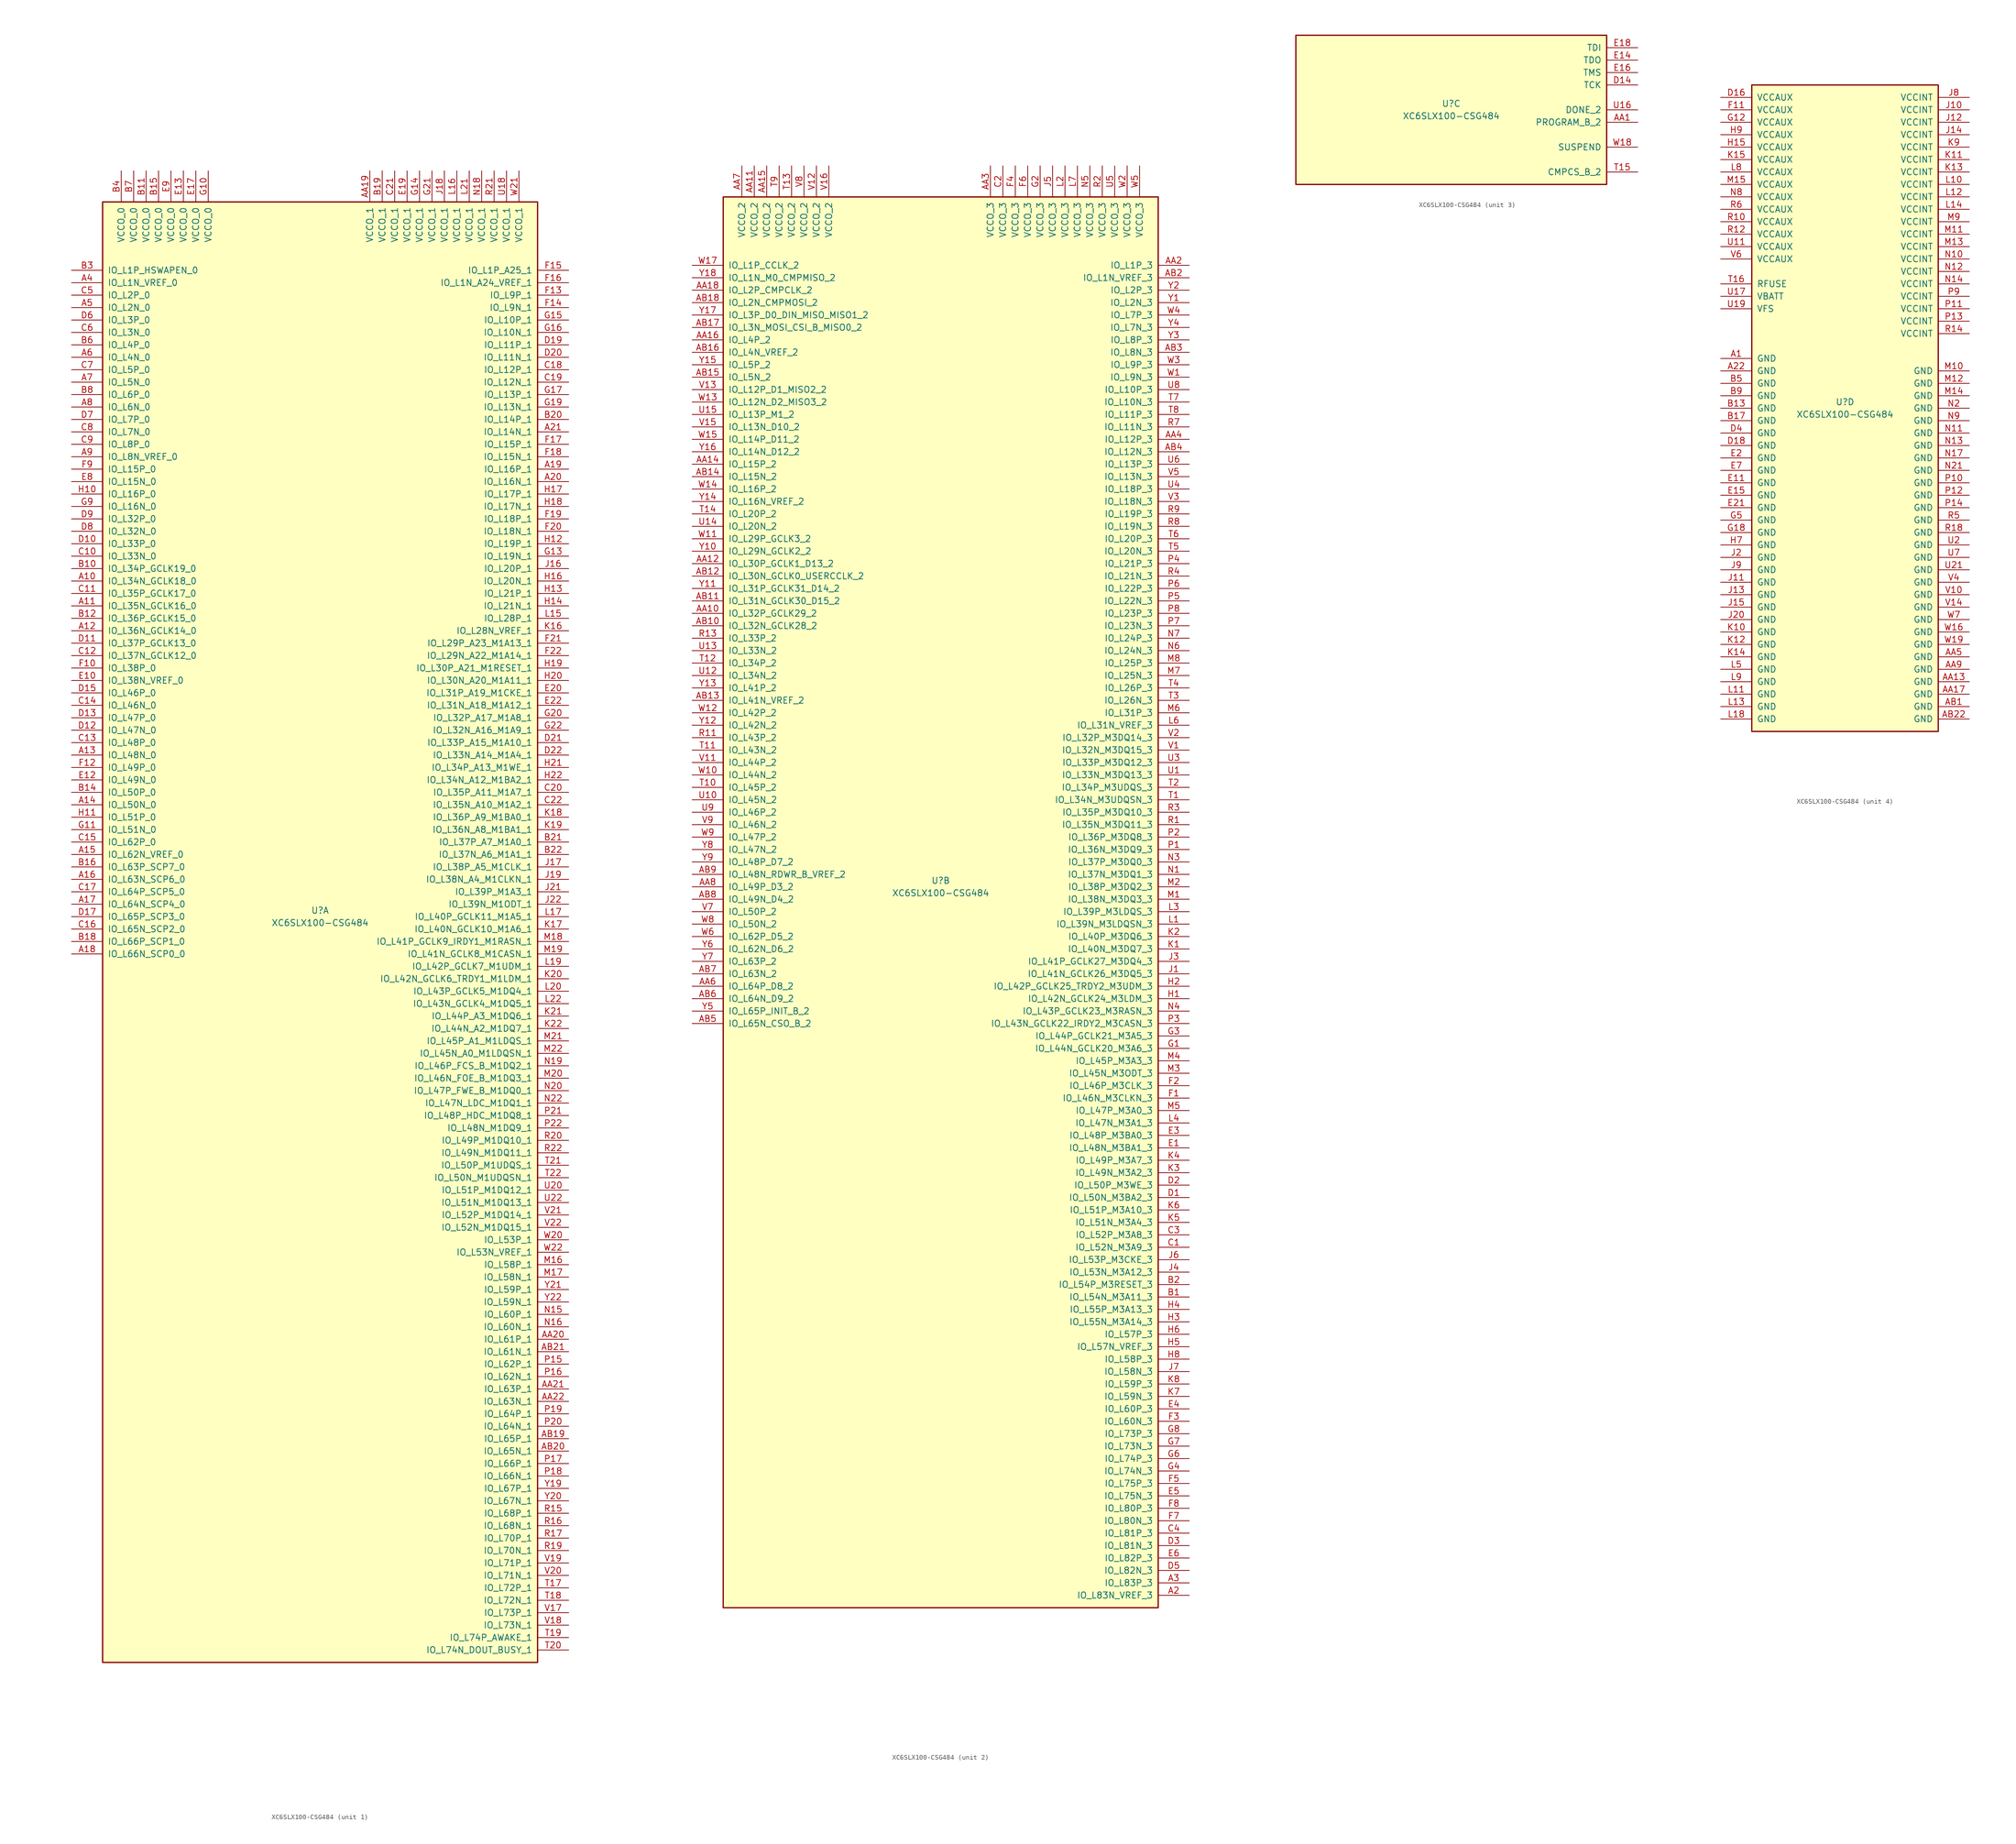
<source format=kicad_sym>
(kicad_symbol_lib
  (version 20201005)
  (generator kicad_symbol_editor)
  (symbol "XC6SLX100-CSG484"
    (pin_names
      (offset 1.016))
    (property "Reference" "U"
      (at 0 1.27 0)
      (effects (font (size 1.27 1.27))))
    (property "Value" "XC6SLX100-CSG484"
      (at 0 -1.27 0)
      (effects (font (size 1.27 1.27))))
    (property "Datasheet" ""
      (at 0 0 0)
      (effects (font (size 1.27 1.27))))
    (property "ki_locked" ""
      (at 0 0 0)
      (effects (font (size 1.27 1.27))))
    (symbol "XC6SLX100-CSG484_1_1"
      (rectangle (start -44.45 146.05) (end 44.45 -152.4) (stroke (width 0.254)) (fill (type background)))
      (pin bidirectional line (at -50.8 68.58 0) (length 6.35) (name "IO_L34N_GCLK18_0" (effects (font (size 1.27 1.27)))) (number "A10" (effects (font (size 1.27 1.27)))))
      (pin bidirectional line (at -50.8 63.5 0) (length 6.35) (name "IO_L35N_GCLK16_0" (effects (font (size 1.27 1.27)))) (number "A11" (effects (font (size 1.27 1.27)))))
      (pin bidirectional line (at -50.8 58.42 0) (length 6.35) (name "IO_L36N_GCLK14_0" (effects (font (size 1.27 1.27)))) (number "A12" (effects (font (size 1.27 1.27)))))
      (pin bidirectional line (at -50.8 33.02 0) (length 6.35) (name "IO_L48N_0" (effects (font (size 1.27 1.27)))) (number "A13" (effects (font (size 1.27 1.27)))))
      (pin bidirectional line (at -50.8 22.86 0) (length 6.35) (name "IO_L50N_0" (effects (font (size 1.27 1.27)))) (number "A14" (effects (font (size 1.27 1.27)))))
      (pin bidirectional line (at -50.8 12.7 0) (length 6.35) (name "IO_L62N_VREF_0" (effects (font (size 1.27 1.27)))) (number "A15" (effects (font (size 1.27 1.27)))))
      (pin bidirectional line (at -50.8 7.62 0) (length 6.35) (name "IO_L63N_SCP6_0" (effects (font (size 1.27 1.27)))) (number "A16" (effects (font (size 1.27 1.27)))))
      (pin bidirectional line (at -50.8 2.54 0) (length 6.35) (name "IO_L64N_SCP4_0" (effects (font (size 1.27 1.27)))) (number "A17" (effects (font (size 1.27 1.27)))))
      (pin bidirectional line (at -50.8 -7.62 0) (length 6.35) (name "IO_L66N_SCP0_0" (effects (font (size 1.27 1.27)))) (number "A18" (effects (font (size 1.27 1.27)))))
      (pin bidirectional line (at 50.8 91.44 180) (length 6.35) (name "IO_L16P_1" (effects (font (size 1.27 1.27)))) (number "A19" (effects (font (size 1.27 1.27)))))
      (pin bidirectional line (at 50.8 88.9 180) (length 6.35) (name "IO_L16N_1" (effects (font (size 1.27 1.27)))) (number "A20" (effects (font (size 1.27 1.27)))))
      (pin bidirectional line (at 50.8 99.06 180) (length 6.35) (name "IO_L14N_1" (effects (font (size 1.27 1.27)))) (number "A21" (effects (font (size 1.27 1.27)))))
      (pin bidirectional line (at -50.8 129.54 0) (length 6.35) (name "IO_L1N_VREF_0" (effects (font (size 1.27 1.27)))) (number "A4" (effects (font (size 1.27 1.27)))))
      (pin bidirectional line (at -50.8 124.46 0) (length 6.35) (name "IO_L2N_0" (effects (font (size 1.27 1.27)))) (number "A5" (effects (font (size 1.27 1.27)))))
      (pin bidirectional line (at -50.8 114.3 0) (length 6.35) (name "IO_L4N_0" (effects (font (size 1.27 1.27)))) (number "A6" (effects (font (size 1.27 1.27)))))
      (pin bidirectional line (at -50.8 109.22 0) (length 6.35) (name "IO_L5N_0" (effects (font (size 1.27 1.27)))) (number "A7" (effects (font (size 1.27 1.27)))))
      (pin bidirectional line (at -50.8 104.14 0) (length 6.35) (name "IO_L6N_0" (effects (font (size 1.27 1.27)))) (number "A8" (effects (font (size 1.27 1.27)))))
      (pin bidirectional line (at -50.8 93.98 0) (length 6.35) (name "IO_L8N_VREF_0" (effects (font (size 1.27 1.27)))) (number "A9" (effects (font (size 1.27 1.27)))))
      (pin power_in line (at 10.16 152.4 270) (length 6.35) (name "VCCO_1" (effects (font (size 1.27 1.27)))) (number "AA19" (effects (font (size 1.27 1.27)))))
      (pin bidirectional line (at 50.8 -86.36 180) (length 6.35) (name "IO_L61P_1" (effects (font (size 1.27 1.27)))) (number "AA20" (effects (font (size 1.27 1.27)))))
      (pin bidirectional line (at 50.8 -96.52 180) (length 6.35) (name "IO_L63P_1" (effects (font (size 1.27 1.27)))) (number "AA21" (effects (font (size 1.27 1.27)))))
      (pin bidirectional line (at 50.8 -99.06 180) (length 6.35) (name "IO_L63N_1" (effects (font (size 1.27 1.27)))) (number "AA22" (effects (font (size 1.27 1.27)))))
      (pin bidirectional line (at 50.8 -106.68 180) (length 6.35) (name "IO_L65P_1" (effects (font (size 1.27 1.27)))) (number "AB19" (effects (font (size 1.27 1.27)))))
      (pin bidirectional line (at 50.8 -109.22 180) (length 6.35) (name "IO_L65N_1" (effects (font (size 1.27 1.27)))) (number "AB20" (effects (font (size 1.27 1.27)))))
      (pin bidirectional line (at 50.8 -88.9 180) (length 6.35) (name "IO_L61N_1" (effects (font (size 1.27 1.27)))) (number "AB21" (effects (font (size 1.27 1.27)))))
      (pin bidirectional line (at -50.8 71.12 0) (length 6.35) (name "IO_L34P_GCLK19_0" (effects (font (size 1.27 1.27)))) (number "B10" (effects (font (size 1.27 1.27)))))
      (pin power_in line (at -35.56 152.4 270) (length 6.35) (name "VCCO_0" (effects (font (size 1.27 1.27)))) (number "B11" (effects (font (size 1.27 1.27)))))
      (pin bidirectional line (at -50.8 60.96 0) (length 6.35) (name "IO_L36P_GCLK15_0" (effects (font (size 1.27 1.27)))) (number "B12" (effects (font (size 1.27 1.27)))))
      (pin bidirectional line (at -50.8 25.4 0) (length 6.35) (name "IO_L50P_0" (effects (font (size 1.27 1.27)))) (number "B14" (effects (font (size 1.27 1.27)))))
      (pin power_in line (at -33.02 152.4 270) (length 6.35) (name "VCCO_0" (effects (font (size 1.27 1.27)))) (number "B15" (effects (font (size 1.27 1.27)))))
      (pin bidirectional line (at -50.8 10.16 0) (length 6.35) (name "IO_L63P_SCP7_0" (effects (font (size 1.27 1.27)))) (number "B16" (effects (font (size 1.27 1.27)))))
      (pin bidirectional line (at -50.8 -5.08 0) (length 6.35) (name "IO_L66P_SCP1_0" (effects (font (size 1.27 1.27)))) (number "B18" (effects (font (size 1.27 1.27)))))
      (pin power_in line (at 12.7 152.4 270) (length 6.35) (name "VCCO_1" (effects (font (size 1.27 1.27)))) (number "B19" (effects (font (size 1.27 1.27)))))
      (pin bidirectional line (at 50.8 101.6 180) (length 6.35) (name "IO_L14P_1" (effects (font (size 1.27 1.27)))) (number "B20" (effects (font (size 1.27 1.27)))))
      (pin bidirectional line (at 50.8 15.24 180) (length 6.35) (name "IO_L37P_A7_M1A0_1" (effects (font (size 1.27 1.27)))) (number "B21" (effects (font (size 1.27 1.27)))))
      (pin bidirectional line (at 50.8 12.7 180) (length 6.35) (name "IO_L37N_A6_M1A1_1" (effects (font (size 1.27 1.27)))) (number "B22" (effects (font (size 1.27 1.27)))))
      (pin bidirectional line (at -50.8 132.08 0) (length 6.35) (name "IO_L1P_HSWAPEN_0" (effects (font (size 1.27 1.27)))) (number "B3" (effects (font (size 1.27 1.27)))))
      (pin power_in line (at -40.64 152.4 270) (length 6.35) (name "VCCO_0" (effects (font (size 1.27 1.27)))) (number "B4" (effects (font (size 1.27 1.27)))))
      (pin bidirectional line (at -50.8 116.84 0) (length 6.35) (name "IO_L4P_0" (effects (font (size 1.27 1.27)))) (number "B6" (effects (font (size 1.27 1.27)))))
      (pin power_in line (at -38.1 152.4 270) (length 6.35) (name "VCCO_0" (effects (font (size 1.27 1.27)))) (number "B7" (effects (font (size 1.27 1.27)))))
      (pin bidirectional line (at -50.8 106.68 0) (length 6.35) (name "IO_L6P_0" (effects (font (size 1.27 1.27)))) (number "B8" (effects (font (size 1.27 1.27)))))
      (pin bidirectional line (at -50.8 73.66 0) (length 6.35) (name "IO_L33N_0" (effects (font (size 1.27 1.27)))) (number "C10" (effects (font (size 1.27 1.27)))))
      (pin bidirectional line (at -50.8 66.04 0) (length 6.35) (name "IO_L35P_GCLK17_0" (effects (font (size 1.27 1.27)))) (number "C11" (effects (font (size 1.27 1.27)))))
      (pin bidirectional line (at -50.8 53.34 0) (length 6.35) (name "IO_L37N_GCLK12_0" (effects (font (size 1.27 1.27)))) (number "C12" (effects (font (size 1.27 1.27)))))
      (pin bidirectional line (at -50.8 35.56 0) (length 6.35) (name "IO_L48P_0" (effects (font (size 1.27 1.27)))) (number "C13" (effects (font (size 1.27 1.27)))))
      (pin bidirectional line (at -50.8 43.18 0) (length 6.35) (name "IO_L46N_0" (effects (font (size 1.27 1.27)))) (number "C14" (effects (font (size 1.27 1.27)))))
      (pin bidirectional line (at -50.8 15.24 0) (length 6.35) (name "IO_L62P_0" (effects (font (size 1.27 1.27)))) (number "C15" (effects (font (size 1.27 1.27)))))
      (pin bidirectional line (at -50.8 -2.54 0) (length 6.35) (name "IO_L65N_SCP2_0" (effects (font (size 1.27 1.27)))) (number "C16" (effects (font (size 1.27 1.27)))))
      (pin bidirectional line (at -50.8 5.08 0) (length 6.35) (name "IO_L64P_SCP5_0" (effects (font (size 1.27 1.27)))) (number "C17" (effects (font (size 1.27 1.27)))))
      (pin bidirectional line (at 50.8 111.76 180) (length 6.35) (name "IO_L12P_1" (effects (font (size 1.27 1.27)))) (number "C18" (effects (font (size 1.27 1.27)))))
      (pin bidirectional line (at 50.8 109.22 180) (length 6.35) (name "IO_L12N_1" (effects (font (size 1.27 1.27)))) (number "C19" (effects (font (size 1.27 1.27)))))
      (pin bidirectional line (at 50.8 25.4 180) (length 6.35) (name "IO_L35P_A11_M1A7_1" (effects (font (size 1.27 1.27)))) (number "C20" (effects (font (size 1.27 1.27)))))
      (pin power_in line (at 15.24 152.4 270) (length 6.35) (name "VCCO_1" (effects (font (size 1.27 1.27)))) (number "C21" (effects (font (size 1.27 1.27)))))
      (pin bidirectional line (at 50.8 22.86 180) (length 6.35) (name "IO_L35N_A10_M1A2_1" (effects (font (size 1.27 1.27)))) (number "C22" (effects (font (size 1.27 1.27)))))
      (pin bidirectional line (at -50.8 127 0) (length 6.35) (name "IO_L2P_0" (effects (font (size 1.27 1.27)))) (number "C5" (effects (font (size 1.27 1.27)))))
      (pin bidirectional line (at -50.8 119.38 0) (length 6.35) (name "IO_L3N_0" (effects (font (size 1.27 1.27)))) (number "C6" (effects (font (size 1.27 1.27)))))
      (pin bidirectional line (at -50.8 111.76 0) (length 6.35) (name "IO_L5P_0" (effects (font (size 1.27 1.27)))) (number "C7" (effects (font (size 1.27 1.27)))))
      (pin bidirectional line (at -50.8 99.06 0) (length 6.35) (name "IO_L7N_0" (effects (font (size 1.27 1.27)))) (number "C8" (effects (font (size 1.27 1.27)))))
      (pin bidirectional line (at -50.8 96.52 0) (length 6.35) (name "IO_L8P_0" (effects (font (size 1.27 1.27)))) (number "C9" (effects (font (size 1.27 1.27)))))
      (pin bidirectional line (at -50.8 76.2 0) (length 6.35) (name "IO_L33P_0" (effects (font (size 1.27 1.27)))) (number "D10" (effects (font (size 1.27 1.27)))))
      (pin bidirectional line (at -50.8 55.88 0) (length 6.35) (name "IO_L37P_GCLK13_0" (effects (font (size 1.27 1.27)))) (number "D11" (effects (font (size 1.27 1.27)))))
      (pin bidirectional line (at -50.8 38.1 0) (length 6.35) (name "IO_L47N_0" (effects (font (size 1.27 1.27)))) (number "D12" (effects (font (size 1.27 1.27)))))
      (pin bidirectional line (at -50.8 40.64 0) (length 6.35) (name "IO_L47P_0" (effects (font (size 1.27 1.27)))) (number "D13" (effects (font (size 1.27 1.27)))))
      (pin bidirectional line (at -50.8 45.72 0) (length 6.35) (name "IO_L46P_0" (effects (font (size 1.27 1.27)))) (number "D15" (effects (font (size 1.27 1.27)))))
      (pin bidirectional line (at -50.8 0 0) (length 6.35) (name "IO_L65P_SCP3_0" (effects (font (size 1.27 1.27)))) (number "D17" (effects (font (size 1.27 1.27)))))
      (pin bidirectional line (at 50.8 116.84 180) (length 6.35) (name "IO_L11P_1" (effects (font (size 1.27 1.27)))) (number "D19" (effects (font (size 1.27 1.27)))))
      (pin bidirectional line (at 50.8 114.3 180) (length 6.35) (name "IO_L11N_1" (effects (font (size 1.27 1.27)))) (number "D20" (effects (font (size 1.27 1.27)))))
      (pin bidirectional line (at 50.8 35.56 180) (length 6.35) (name "IO_L33P_A15_M1A10_1" (effects (font (size 1.27 1.27)))) (number "D21" (effects (font (size 1.27 1.27)))))
      (pin bidirectional line (at 50.8 33.02 180) (length 6.35) (name "IO_L33N_A14_M1A4_1" (effects (font (size 1.27 1.27)))) (number "D22" (effects (font (size 1.27 1.27)))))
      (pin bidirectional line (at -50.8 121.92 0) (length 6.35) (name "IO_L3P_0" (effects (font (size 1.27 1.27)))) (number "D6" (effects (font (size 1.27 1.27)))))
      (pin bidirectional line (at -50.8 101.6 0) (length 6.35) (name "IO_L7P_0" (effects (font (size 1.27 1.27)))) (number "D7" (effects (font (size 1.27 1.27)))))
      (pin bidirectional line (at -50.8 78.74 0) (length 6.35) (name "IO_L32N_0" (effects (font (size 1.27 1.27)))) (number "D8" (effects (font (size 1.27 1.27)))))
      (pin bidirectional line (at -50.8 81.28 0) (length 6.35) (name "IO_L32P_0" (effects (font (size 1.27 1.27)))) (number "D9" (effects (font (size 1.27 1.27)))))
      (pin bidirectional line (at -50.8 48.26 0) (length 6.35) (name "IO_L38N_VREF_0" (effects (font (size 1.27 1.27)))) (number "E10" (effects (font (size 1.27 1.27)))))
      (pin bidirectional line (at -50.8 27.94 0) (length 6.35) (name "IO_L49N_0" (effects (font (size 1.27 1.27)))) (number "E12" (effects (font (size 1.27 1.27)))))
      (pin power_in line (at -27.94 152.4 270) (length 6.35) (name "VCCO_0" (effects (font (size 1.27 1.27)))) (number "E13" (effects (font (size 1.27 1.27)))))
      (pin power_in line (at -25.4 152.4 270) (length 6.35) (name "VCCO_0" (effects (font (size 1.27 1.27)))) (number "E17" (effects (font (size 1.27 1.27)))))
      (pin power_in line (at 17.78 152.4 270) (length 6.35) (name "VCCO_1" (effects (font (size 1.27 1.27)))) (number "E19" (effects (font (size 1.27 1.27)))))
      (pin bidirectional line (at 50.8 45.72 180) (length 6.35) (name "IO_L31P_A19_M1CKE_1" (effects (font (size 1.27 1.27)))) (number "E20" (effects (font (size 1.27 1.27)))))
      (pin bidirectional line (at 50.8 43.18 180) (length 6.35) (name "IO_L31N_A18_M1A12_1" (effects (font (size 1.27 1.27)))) (number "E22" (effects (font (size 1.27 1.27)))))
      (pin bidirectional line (at -50.8 88.9 0) (length 6.35) (name "IO_L15N_0" (effects (font (size 1.27 1.27)))) (number "E8" (effects (font (size 1.27 1.27)))))
      (pin power_in line (at -30.48 152.4 270) (length 6.35) (name "VCCO_0" (effects (font (size 1.27 1.27)))) (number "E9" (effects (font (size 1.27 1.27)))))
      (pin bidirectional line (at -50.8 50.8 0) (length 6.35) (name "IO_L38P_0" (effects (font (size 1.27 1.27)))) (number "F10" (effects (font (size 1.27 1.27)))))
      (pin bidirectional line (at -50.8 30.48 0) (length 6.35) (name "IO_L49P_0" (effects (font (size 1.27 1.27)))) (number "F12" (effects (font (size 1.27 1.27)))))
      (pin bidirectional line (at 50.8 127 180) (length 6.35) (name "IO_L9P_1" (effects (font (size 1.27 1.27)))) (number "F13" (effects (font (size 1.27 1.27)))))
      (pin bidirectional line (at 50.8 124.46 180) (length 6.35) (name "IO_L9N_1" (effects (font (size 1.27 1.27)))) (number "F14" (effects (font (size 1.27 1.27)))))
      (pin bidirectional line (at 50.8 132.08 180) (length 6.35) (name "IO_L1P_A25_1" (effects (font (size 1.27 1.27)))) (number "F15" (effects (font (size 1.27 1.27)))))
      (pin bidirectional line (at 50.8 129.54 180) (length 6.35) (name "IO_L1N_A24_VREF_1" (effects (font (size 1.27 1.27)))) (number "F16" (effects (font (size 1.27 1.27)))))
      (pin bidirectional line (at 50.8 96.52 180) (length 6.35) (name "IO_L15P_1" (effects (font (size 1.27 1.27)))) (number "F17" (effects (font (size 1.27 1.27)))))
      (pin bidirectional line (at 50.8 93.98 180) (length 6.35) (name "IO_L15N_1" (effects (font (size 1.27 1.27)))) (number "F18" (effects (font (size 1.27 1.27)))))
      (pin bidirectional line (at 50.8 81.28 180) (length 6.35) (name "IO_L18P_1" (effects (font (size 1.27 1.27)))) (number "F19" (effects (font (size 1.27 1.27)))))
      (pin bidirectional line (at 50.8 78.74 180) (length 6.35) (name "IO_L18N_1" (effects (font (size 1.27 1.27)))) (number "F20" (effects (font (size 1.27 1.27)))))
      (pin bidirectional line (at 50.8 55.88 180) (length 6.35) (name "IO_L29P_A23_M1A13_1" (effects (font (size 1.27 1.27)))) (number "F21" (effects (font (size 1.27 1.27)))))
      (pin bidirectional line (at 50.8 53.34 180) (length 6.35) (name "IO_L29N_A22_M1A14_1" (effects (font (size 1.27 1.27)))) (number "F22" (effects (font (size 1.27 1.27)))))
      (pin bidirectional line (at -50.8 91.44 0) (length 6.35) (name "IO_L15P_0" (effects (font (size 1.27 1.27)))) (number "F9" (effects (font (size 1.27 1.27)))))
      (pin power_in line (at -22.86 152.4 270) (length 6.35) (name "VCCO_0" (effects (font (size 1.27 1.27)))) (number "G10" (effects (font (size 1.27 1.27)))))
      (pin bidirectional line (at -50.8 17.78 0) (length 6.35) (name "IO_L51N_0" (effects (font (size 1.27 1.27)))) (number "G11" (effects (font (size 1.27 1.27)))))
      (pin bidirectional line (at 50.8 73.66 180) (length 6.35) (name "IO_L19N_1" (effects (font (size 1.27 1.27)))) (number "G13" (effects (font (size 1.27 1.27)))))
      (pin power_in line (at 20.32 152.4 270) (length 6.35) (name "VCCO_1" (effects (font (size 1.27 1.27)))) (number "G14" (effects (font (size 1.27 1.27)))))
      (pin bidirectional line (at 50.8 121.92 180) (length 6.35) (name "IO_L10P_1" (effects (font (size 1.27 1.27)))) (number "G15" (effects (font (size 1.27 1.27)))))
      (pin bidirectional line (at 50.8 119.38 180) (length 6.35) (name "IO_L10N_1" (effects (font (size 1.27 1.27)))) (number "G16" (effects (font (size 1.27 1.27)))))
      (pin bidirectional line (at 50.8 106.68 180) (length 6.35) (name "IO_L13P_1" (effects (font (size 1.27 1.27)))) (number "G17" (effects (font (size 1.27 1.27)))))
      (pin bidirectional line (at 50.8 104.14 180) (length 6.35) (name "IO_L13N_1" (effects (font (size 1.27 1.27)))) (number "G19" (effects (font (size 1.27 1.27)))))
      (pin bidirectional line (at 50.8 40.64 180) (length 6.35) (name "IO_L32P_A17_M1A8_1" (effects (font (size 1.27 1.27)))) (number "G20" (effects (font (size 1.27 1.27)))))
      (pin power_in line (at 22.86 152.4 270) (length 6.35) (name "VCCO_1" (effects (font (size 1.27 1.27)))) (number "G21" (effects (font (size 1.27 1.27)))))
      (pin bidirectional line (at 50.8 38.1 180) (length 6.35) (name "IO_L32N_A16_M1A9_1" (effects (font (size 1.27 1.27)))) (number "G22" (effects (font (size 1.27 1.27)))))
      (pin bidirectional line (at -50.8 83.82 0) (length 6.35) (name "IO_L16N_0" (effects (font (size 1.27 1.27)))) (number "G9" (effects (font (size 1.27 1.27)))))
      (pin bidirectional line (at -50.8 86.36 0) (length 6.35) (name "IO_L16P_0" (effects (font (size 1.27 1.27)))) (number "H10" (effects (font (size 1.27 1.27)))))
      (pin bidirectional line (at -50.8 20.32 0) (length 6.35) (name "IO_L51P_0" (effects (font (size 1.27 1.27)))) (number "H11" (effects (font (size 1.27 1.27)))))
      (pin bidirectional line (at 50.8 76.2 180) (length 6.35) (name "IO_L19P_1" (effects (font (size 1.27 1.27)))) (number "H12" (effects (font (size 1.27 1.27)))))
      (pin bidirectional line (at 50.8 66.04 180) (length 6.35) (name "IO_L21P_1" (effects (font (size 1.27 1.27)))) (number "H13" (effects (font (size 1.27 1.27)))))
      (pin bidirectional line (at 50.8 63.5 180) (length 6.35) (name "IO_L21N_1" (effects (font (size 1.27 1.27)))) (number "H14" (effects (font (size 1.27 1.27)))))
      (pin bidirectional line (at 50.8 68.58 180) (length 6.35) (name "IO_L20N_1" (effects (font (size 1.27 1.27)))) (number "H16" (effects (font (size 1.27 1.27)))))
      (pin bidirectional line (at 50.8 86.36 180) (length 6.35) (name "IO_L17P_1" (effects (font (size 1.27 1.27)))) (number "H17" (effects (font (size 1.27 1.27)))))
      (pin bidirectional line (at 50.8 83.82 180) (length 6.35) (name "IO_L17N_1" (effects (font (size 1.27 1.27)))) (number "H18" (effects (font (size 1.27 1.27)))))
      (pin bidirectional line (at 50.8 50.8 180) (length 6.35) (name "IO_L30P_A21_M1RESET_1" (effects (font (size 1.27 1.27)))) (number "H19" (effects (font (size 1.27 1.27)))))
      (pin bidirectional line (at 50.8 48.26 180) (length 6.35) (name "IO_L30N_A20_M1A11_1" (effects (font (size 1.27 1.27)))) (number "H20" (effects (font (size 1.27 1.27)))))
      (pin bidirectional line (at 50.8 30.48 180) (length 6.35) (name "IO_L34P_A13_M1WE_1" (effects (font (size 1.27 1.27)))) (number "H21" (effects (font (size 1.27 1.27)))))
      (pin bidirectional line (at 50.8 27.94 180) (length 6.35) (name "IO_L34N_A12_M1BA2_1" (effects (font (size 1.27 1.27)))) (number "H22" (effects (font (size 1.27 1.27)))))
      (pin bidirectional line (at 50.8 71.12 180) (length 6.35) (name "IO_L20P_1" (effects (font (size 1.27 1.27)))) (number "J16" (effects (font (size 1.27 1.27)))))
      (pin bidirectional line (at 50.8 10.16 180) (length 6.35) (name "IO_L38P_A5_M1CLK_1" (effects (font (size 1.27 1.27)))) (number "J17" (effects (font (size 1.27 1.27)))))
      (pin power_in line (at 25.4 152.4 270) (length 6.35) (name "VCCO_1" (effects (font (size 1.27 1.27)))) (number "J18" (effects (font (size 1.27 1.27)))))
      (pin bidirectional line (at 50.8 7.62 180) (length 6.35) (name "IO_L38N_A4_M1CLKN_1" (effects (font (size 1.27 1.27)))) (number "J19" (effects (font (size 1.27 1.27)))))
      (pin bidirectional line (at 50.8 5.08 180) (length 6.35) (name "IO_L39P_M1A3_1" (effects (font (size 1.27 1.27)))) (number "J21" (effects (font (size 1.27 1.27)))))
      (pin bidirectional line (at 50.8 2.54 180) (length 6.35) (name "IO_L39N_M1ODT_1" (effects (font (size 1.27 1.27)))) (number "J22" (effects (font (size 1.27 1.27)))))
      (pin bidirectional line (at 50.8 58.42 180) (length 6.35) (name "IO_L28N_VREF_1" (effects (font (size 1.27 1.27)))) (number "K16" (effects (font (size 1.27 1.27)))))
      (pin bidirectional line (at 50.8 -2.54 180) (length 6.35) (name "IO_L40N_GCLK10_M1A6_1" (effects (font (size 1.27 1.27)))) (number "K17" (effects (font (size 1.27 1.27)))))
      (pin bidirectional line (at 50.8 20.32 180) (length 6.35) (name "IO_L36P_A9_M1BA0_1" (effects (font (size 1.27 1.27)))) (number "K18" (effects (font (size 1.27 1.27)))))
      (pin bidirectional line (at 50.8 17.78 180) (length 6.35) (name "IO_L36N_A8_M1BA1_1" (effects (font (size 1.27 1.27)))) (number "K19" (effects (font (size 1.27 1.27)))))
      (pin bidirectional line (at 50.8 -12.7 180) (length 6.35) (name "IO_L42N_GCLK6_TRDY1_M1LDM_1" (effects (font (size 1.27 1.27)))) (number "K20" (effects (font (size 1.27 1.27)))))
      (pin bidirectional line (at 50.8 -20.32 180) (length 6.35) (name "IO_L44P_A3_M1DQ6_1" (effects (font (size 1.27 1.27)))) (number "K21" (effects (font (size 1.27 1.27)))))
      (pin bidirectional line (at 50.8 -22.86 180) (length 6.35) (name "IO_L44N_A2_M1DQ7_1" (effects (font (size 1.27 1.27)))) (number "K22" (effects (font (size 1.27 1.27)))))
      (pin bidirectional line (at 50.8 60.96 180) (length 6.35) (name "IO_L28P_1" (effects (font (size 1.27 1.27)))) (number "L15" (effects (font (size 1.27 1.27)))))
      (pin power_in line (at 27.94 152.4 270) (length 6.35) (name "VCCO_1" (effects (font (size 1.27 1.27)))) (number "L16" (effects (font (size 1.27 1.27)))))
      (pin bidirectional line (at 50.8 0 180) (length 6.35) (name "IO_L40P_GCLK11_M1A5_1" (effects (font (size 1.27 1.27)))) (number "L17" (effects (font (size 1.27 1.27)))))
      (pin bidirectional line (at 50.8 -10.16 180) (length 6.35) (name "IO_L42P_GCLK7_M1UDM_1" (effects (font (size 1.27 1.27)))) (number "L19" (effects (font (size 1.27 1.27)))))
      (pin bidirectional line (at 50.8 -15.24 180) (length 6.35) (name "IO_L43P_GCLK5_M1DQ4_1" (effects (font (size 1.27 1.27)))) (number "L20" (effects (font (size 1.27 1.27)))))
      (pin power_in line (at 30.48 152.4 270) (length 6.35) (name "VCCO_1" (effects (font (size 1.27 1.27)))) (number "L21" (effects (font (size 1.27 1.27)))))
      (pin bidirectional line (at 50.8 -17.78 180) (length 6.35) (name "IO_L43N_GCLK4_M1DQ5_1" (effects (font (size 1.27 1.27)))) (number "L22" (effects (font (size 1.27 1.27)))))
      (pin bidirectional line (at 50.8 -71.12 180) (length 6.35) (name "IO_L58P_1" (effects (font (size 1.27 1.27)))) (number "M16" (effects (font (size 1.27 1.27)))))
      (pin bidirectional line (at 50.8 -73.66 180) (length 6.35) (name "IO_L58N_1" (effects (font (size 1.27 1.27)))) (number "M17" (effects (font (size 1.27 1.27)))))
      (pin bidirectional line (at 50.8 -5.08 180) (length 6.35) (name "IO_L41P_GCLK9_IRDY1_M1RASN_1" (effects (font (size 1.27 1.27)))) (number "M18" (effects (font (size 1.27 1.27)))))
      (pin bidirectional line (at 50.8 -7.62 180) (length 6.35) (name "IO_L41N_GCLK8_M1CASN_1" (effects (font (size 1.27 1.27)))) (number "M19" (effects (font (size 1.27 1.27)))))
      (pin bidirectional line (at 50.8 -33.02 180) (length 6.35) (name "IO_L46N_FOE_B_M1DQ3_1" (effects (font (size 1.27 1.27)))) (number "M20" (effects (font (size 1.27 1.27)))))
      (pin bidirectional line (at 50.8 -25.4 180) (length 6.35) (name "IO_L45P_A1_M1LDQS_1" (effects (font (size 1.27 1.27)))) (number "M21" (effects (font (size 1.27 1.27)))))
      (pin bidirectional line (at 50.8 -27.94 180) (length 6.35) (name "IO_L45N_A0_M1LDQSN_1" (effects (font (size 1.27 1.27)))) (number "M22" (effects (font (size 1.27 1.27)))))
      (pin bidirectional line (at 50.8 -81.28 180) (length 6.35) (name "IO_L60P_1" (effects (font (size 1.27 1.27)))) (number "N15" (effects (font (size 1.27 1.27)))))
      (pin bidirectional line (at 50.8 -83.82 180) (length 6.35) (name "IO_L60N_1" (effects (font (size 1.27 1.27)))) (number "N16" (effects (font (size 1.27 1.27)))))
      (pin power_in line (at 33.02 152.4 270) (length 6.35) (name "VCCO_1" (effects (font (size 1.27 1.27)))) (number "N18" (effects (font (size 1.27 1.27)))))
      (pin bidirectional line (at 50.8 -30.48 180) (length 6.35) (name "IO_L46P_FCS_B_M1DQ2_1" (effects (font (size 1.27 1.27)))) (number "N19" (effects (font (size 1.27 1.27)))))
      (pin bidirectional line (at 50.8 -35.56 180) (length 6.35) (name "IO_L47P_FWE_B_M1DQ0_1" (effects (font (size 1.27 1.27)))) (number "N20" (effects (font (size 1.27 1.27)))))
      (pin bidirectional line (at 50.8 -38.1 180) (length 6.35) (name "IO_L47N_LDC_M1DQ1_1" (effects (font (size 1.27 1.27)))) (number "N22" (effects (font (size 1.27 1.27)))))
      (pin bidirectional line (at 50.8 -91.44 180) (length 6.35) (name "IO_L62P_1" (effects (font (size 1.27 1.27)))) (number "P15" (effects (font (size 1.27 1.27)))))
      (pin bidirectional line (at 50.8 -93.98 180) (length 6.35) (name "IO_L62N_1" (effects (font (size 1.27 1.27)))) (number "P16" (effects (font (size 1.27 1.27)))))
      (pin bidirectional line (at 50.8 -111.76 180) (length 6.35) (name "IO_L66P_1" (effects (font (size 1.27 1.27)))) (number "P17" (effects (font (size 1.27 1.27)))))
      (pin bidirectional line (at 50.8 -114.3 180) (length 6.35) (name "IO_L66N_1" (effects (font (size 1.27 1.27)))) (number "P18" (effects (font (size 1.27 1.27)))))
      (pin bidirectional line (at 50.8 -101.6 180) (length 6.35) (name "IO_L64P_1" (effects (font (size 1.27 1.27)))) (number "P19" (effects (font (size 1.27 1.27)))))
      (pin bidirectional line (at 50.8 -104.14 180) (length 6.35) (name "IO_L64N_1" (effects (font (size 1.27 1.27)))) (number "P20" (effects (font (size 1.27 1.27)))))
      (pin bidirectional line (at 50.8 -40.64 180) (length 6.35) (name "IO_L48P_HDC_M1DQ8_1" (effects (font (size 1.27 1.27)))) (number "P21" (effects (font (size 1.27 1.27)))))
      (pin bidirectional line (at 50.8 -43.18 180) (length 6.35) (name "IO_L48N_M1DQ9_1" (effects (font (size 1.27 1.27)))) (number "P22" (effects (font (size 1.27 1.27)))))
      (pin bidirectional line (at 50.8 -121.92 180) (length 6.35) (name "IO_L68P_1" (effects (font (size 1.27 1.27)))) (number "R15" (effects (font (size 1.27 1.27)))))
      (pin bidirectional line (at 50.8 -124.46 180) (length 6.35) (name "IO_L68N_1" (effects (font (size 1.27 1.27)))) (number "R16" (effects (font (size 1.27 1.27)))))
      (pin bidirectional line (at 50.8 -127 180) (length 6.35) (name "IO_L70P_1" (effects (font (size 1.27 1.27)))) (number "R17" (effects (font (size 1.27 1.27)))))
      (pin bidirectional line (at 50.8 -129.54 180) (length 6.35) (name "IO_L70N_1" (effects (font (size 1.27 1.27)))) (number "R19" (effects (font (size 1.27 1.27)))))
      (pin bidirectional line (at 50.8 -45.72 180) (length 6.35) (name "IO_L49P_M1DQ10_1" (effects (font (size 1.27 1.27)))) (number "R20" (effects (font (size 1.27 1.27)))))
      (pin power_in line (at 35.56 152.4 270) (length 6.35) (name "VCCO_1" (effects (font (size 1.27 1.27)))) (number "R21" (effects (font (size 1.27 1.27)))))
      (pin bidirectional line (at 50.8 -48.26 180) (length 6.35) (name "IO_L49N_M1DQ11_1" (effects (font (size 1.27 1.27)))) (number "R22" (effects (font (size 1.27 1.27)))))
      (pin bidirectional line (at 50.8 -137.16 180) (length 6.35) (name "IO_L72P_1" (effects (font (size 1.27 1.27)))) (number "T17" (effects (font (size 1.27 1.27)))))
      (pin bidirectional line (at 50.8 -139.7 180) (length 6.35) (name "IO_L72N_1" (effects (font (size 1.27 1.27)))) (number "T18" (effects (font (size 1.27 1.27)))))
      (pin bidirectional line (at 50.8 -147.32 180) (length 6.35) (name "IO_L74P_AWAKE_1" (effects (font (size 1.27 1.27)))) (number "T19" (effects (font (size 1.27 1.27)))))
      (pin bidirectional line (at 50.8 -149.86 180) (length 6.35) (name "IO_L74N_DOUT_BUSY_1" (effects (font (size 1.27 1.27)))) (number "T20" (effects (font (size 1.27 1.27)))))
      (pin bidirectional line (at 50.8 -50.8 180) (length 6.35) (name "IO_L50P_M1UDQS_1" (effects (font (size 1.27 1.27)))) (number "T21" (effects (font (size 1.27 1.27)))))
      (pin bidirectional line (at 50.8 -53.34 180) (length 6.35) (name "IO_L50N_M1UDQSN_1" (effects (font (size 1.27 1.27)))) (number "T22" (effects (font (size 1.27 1.27)))))
      (pin power_in line (at 38.1 152.4 270) (length 6.35) (name "VCCO_1" (effects (font (size 1.27 1.27)))) (number "U18" (effects (font (size 1.27 1.27)))))
      (pin bidirectional line (at 50.8 -55.88 180) (length 6.35) (name "IO_L51P_M1DQ12_1" (effects (font (size 1.27 1.27)))) (number "U20" (effects (font (size 1.27 1.27)))))
      (pin bidirectional line (at 50.8 -58.42 180) (length 6.35) (name "IO_L51N_M1DQ13_1" (effects (font (size 1.27 1.27)))) (number "U22" (effects (font (size 1.27 1.27)))))
      (pin bidirectional line (at 50.8 -142.24 180) (length 6.35) (name "IO_L73P_1" (effects (font (size 1.27 1.27)))) (number "V17" (effects (font (size 1.27 1.27)))))
      (pin bidirectional line (at 50.8 -144.78 180) (length 6.35) (name "IO_L73N_1" (effects (font (size 1.27 1.27)))) (number "V18" (effects (font (size 1.27 1.27)))))
      (pin bidirectional line (at 50.8 -132.08 180) (length 6.35) (name "IO_L71P_1" (effects (font (size 1.27 1.27)))) (number "V19" (effects (font (size 1.27 1.27)))))
      (pin bidirectional line (at 50.8 -134.62 180) (length 6.35) (name "IO_L71N_1" (effects (font (size 1.27 1.27)))) (number "V20" (effects (font (size 1.27 1.27)))))
      (pin bidirectional line (at 50.8 -60.96 180) (length 6.35) (name "IO_L52P_M1DQ14_1" (effects (font (size 1.27 1.27)))) (number "V21" (effects (font (size 1.27 1.27)))))
      (pin bidirectional line (at 50.8 -63.5 180) (length 6.35) (name "IO_L52N_M1DQ15_1" (effects (font (size 1.27 1.27)))) (number "V22" (effects (font (size 1.27 1.27)))))
      (pin bidirectional line (at 50.8 -66.04 180) (length 6.35) (name "IO_L53P_1" (effects (font (size 1.27 1.27)))) (number "W20" (effects (font (size 1.27 1.27)))))
      (pin power_in line (at 40.64 152.4 270) (length 6.35) (name "VCCO_1" (effects (font (size 1.27 1.27)))) (number "W21" (effects (font (size 1.27 1.27)))))
      (pin bidirectional line (at 50.8 -68.58 180) (length 6.35) (name "IO_L53N_VREF_1" (effects (font (size 1.27 1.27)))) (number "W22" (effects (font (size 1.27 1.27)))))
      (pin bidirectional line (at 50.8 -116.84 180) (length 6.35) (name "IO_L67P_1" (effects (font (size 1.27 1.27)))) (number "Y19" (effects (font (size 1.27 1.27)))))
      (pin bidirectional line (at 50.8 -119.38 180) (length 6.35) (name "IO_L67N_1" (effects (font (size 1.27 1.27)))) (number "Y20" (effects (font (size 1.27 1.27)))))
      (pin bidirectional line (at 50.8 -76.2 180) (length 6.35) (name "IO_L59P_1" (effects (font (size 1.27 1.27)))) (number "Y21" (effects (font (size 1.27 1.27)))))
      (pin bidirectional line (at 50.8 -78.74 180) (length 6.35) (name "IO_L59N_1" (effects (font (size 1.27 1.27)))) (number "Y22" (effects (font (size 1.27 1.27))))))
    (symbol "XC6SLX100-CSG484_2_1"
      (rectangle (start -44.45 140.97) (end 44.45 -147.32) (stroke (width 0.254)) (fill (type background)))
      (pin bidirectional line (at 50.8 -144.78 180) (length 6.35) (name "IO_L83N_VREF_3" (effects (font (size 1.27 1.27)))) (number "A2" (effects (font (size 1.27 1.27)))))
      (pin bidirectional line (at 50.8 -142.24 180) (length 6.35) (name "IO_L83P_3" (effects (font (size 1.27 1.27)))) (number "A3" (effects (font (size 1.27 1.27)))))
      (pin bidirectional line (at -50.8 55.88 0) (length 6.35) (name "IO_L32P_GCLK29_2" (effects (font (size 1.27 1.27)))) (number "AA10" (effects (font (size 1.27 1.27)))))
      (pin power_in line (at -38.1 147.32 270) (length 6.35) (name "VCCO_2" (effects (font (size 1.27 1.27)))) (number "AA11" (effects (font (size 1.27 1.27)))))
      (pin bidirectional line (at -50.8 66.04 0) (length 6.35) (name "IO_L30P_GCLK1_D13_2" (effects (font (size 1.27 1.27)))) (number "AA12" (effects (font (size 1.27 1.27)))))
      (pin bidirectional line (at -50.8 86.36 0) (length 6.35) (name "IO_L15P_2" (effects (font (size 1.27 1.27)))) (number "AA14" (effects (font (size 1.27 1.27)))))
      (pin power_in line (at -35.56 147.32 270) (length 6.35) (name "VCCO_2" (effects (font (size 1.27 1.27)))) (number "AA15" (effects (font (size 1.27 1.27)))))
      (pin bidirectional line (at -50.8 111.76 0) (length 6.35) (name "IO_L4P_2" (effects (font (size 1.27 1.27)))) (number "AA16" (effects (font (size 1.27 1.27)))))
      (pin bidirectional line (at -50.8 121.92 0) (length 6.35) (name "IO_L2P_CMPCLK_2" (effects (font (size 1.27 1.27)))) (number "AA18" (effects (font (size 1.27 1.27)))))
      (pin bidirectional line (at 50.8 127 180) (length 6.35) (name "IO_L1P_3" (effects (font (size 1.27 1.27)))) (number "AA2" (effects (font (size 1.27 1.27)))))
      (pin power_in line (at 10.16 147.32 270) (length 6.35) (name "VCCO_3" (effects (font (size 1.27 1.27)))) (number "AA3" (effects (font (size 1.27 1.27)))))
      (pin bidirectional line (at 50.8 91.44 180) (length 6.35) (name "IO_L12P_3" (effects (font (size 1.27 1.27)))) (number "AA4" (effects (font (size 1.27 1.27)))))
      (pin bidirectional line (at -50.8 -20.32 0) (length 6.35) (name "IO_L64P_D8_2" (effects (font (size 1.27 1.27)))) (number "AA6" (effects (font (size 1.27 1.27)))))
      (pin power_in line (at -40.64 147.32 270) (length 6.35) (name "VCCO_2" (effects (font (size 1.27 1.27)))) (number "AA7" (effects (font (size 1.27 1.27)))))
      (pin bidirectional line (at -50.8 0 0) (length 6.35) (name "IO_L49P_D3_2" (effects (font (size 1.27 1.27)))) (number "AA8" (effects (font (size 1.27 1.27)))))
      (pin bidirectional line (at -50.8 53.34 0) (length 6.35) (name "IO_L32N_GCLK28_2" (effects (font (size 1.27 1.27)))) (number "AB10" (effects (font (size 1.27 1.27)))))
      (pin bidirectional line (at -50.8 58.42 0) (length 6.35) (name "IO_L31N_GCLK30_D15_2" (effects (font (size 1.27 1.27)))) (number "AB11" (effects (font (size 1.27 1.27)))))
      (pin bidirectional line (at -50.8 63.5 0) (length 6.35) (name "IO_L30N_GCLK0_USERCCLK_2" (effects (font (size 1.27 1.27)))) (number "AB12" (effects (font (size 1.27 1.27)))))
      (pin bidirectional line (at -50.8 38.1 0) (length 6.35) (name "IO_L41N_VREF_2" (effects (font (size 1.27 1.27)))) (number "AB13" (effects (font (size 1.27 1.27)))))
      (pin bidirectional line (at -50.8 83.82 0) (length 6.35) (name "IO_L15N_2" (effects (font (size 1.27 1.27)))) (number "AB14" (effects (font (size 1.27 1.27)))))
      (pin bidirectional line (at -50.8 104.14 0) (length 6.35) (name "IO_L5N_2" (effects (font (size 1.27 1.27)))) (number "AB15" (effects (font (size 1.27 1.27)))))
      (pin bidirectional line (at -50.8 109.22 0) (length 6.35) (name "IO_L4N_VREF_2" (effects (font (size 1.27 1.27)))) (number "AB16" (effects (font (size 1.27 1.27)))))
      (pin bidirectional line (at -50.8 114.3 0) (length 6.35) (name "IO_L3N_MOSI_CSI_B_MISO0_2" (effects (font (size 1.27 1.27)))) (number "AB17" (effects (font (size 1.27 1.27)))))
      (pin bidirectional line (at -50.8 119.38 0) (length 6.35) (name "IO_L2N_CMPMOSI_2" (effects (font (size 1.27 1.27)))) (number "AB18" (effects (font (size 1.27 1.27)))))
      (pin bidirectional line (at 50.8 124.46 180) (length 6.35) (name "IO_L1N_VREF_3" (effects (font (size 1.27 1.27)))) (number "AB2" (effects (font (size 1.27 1.27)))))
      (pin bidirectional line (at 50.8 109.22 180) (length 6.35) (name "IO_L8N_3" (effects (font (size 1.27 1.27)))) (number "AB3" (effects (font (size 1.27 1.27)))))
      (pin bidirectional line (at 50.8 88.9 180) (length 6.35) (name "IO_L12N_3" (effects (font (size 1.27 1.27)))) (number "AB4" (effects (font (size 1.27 1.27)))))
      (pin bidirectional line (at -50.8 -27.94 0) (length 6.35) (name "IO_L65N_CSO_B_2" (effects (font (size 1.27 1.27)))) (number "AB5" (effects (font (size 1.27 1.27)))))
      (pin bidirectional line (at -50.8 -22.86 0) (length 6.35) (name "IO_L64N_D9_2" (effects (font (size 1.27 1.27)))) (number "AB6" (effects (font (size 1.27 1.27)))))
      (pin bidirectional line (at -50.8 -17.78 0) (length 6.35) (name "IO_L63N_2" (effects (font (size 1.27 1.27)))) (number "AB7" (effects (font (size 1.27 1.27)))))
      (pin bidirectional line (at -50.8 -2.54 0) (length 6.35) (name "IO_L49N_D4_2" (effects (font (size 1.27 1.27)))) (number "AB8" (effects (font (size 1.27 1.27)))))
      (pin bidirectional line (at -50.8 2.54 0) (length 6.35) (name "IO_L48N_RDWR_B_VREF_2" (effects (font (size 1.27 1.27)))) (number "AB9" (effects (font (size 1.27 1.27)))))
      (pin bidirectional line (at 50.8 -83.82 180) (length 6.35) (name "IO_L54N_M3A11_3" (effects (font (size 1.27 1.27)))) (number "B1" (effects (font (size 1.27 1.27)))))
      (pin bidirectional line (at 50.8 -81.28 180) (length 6.35) (name "IO_L54P_M3RESET_3" (effects (font (size 1.27 1.27)))) (number "B2" (effects (font (size 1.27 1.27)))))
      (pin bidirectional line (at 50.8 -73.66 180) (length 6.35) (name "IO_L52N_M3A9_3" (effects (font (size 1.27 1.27)))) (number "C1" (effects (font (size 1.27 1.27)))))
      (pin power_in line (at 12.7 147.32 270) (length 6.35) (name "VCCO_3" (effects (font (size 1.27 1.27)))) (number "C2" (effects (font (size 1.27 1.27)))))
      (pin bidirectional line (at 50.8 -71.12 180) (length 6.35) (name "IO_L52P_M3A8_3" (effects (font (size 1.27 1.27)))) (number "C3" (effects (font (size 1.27 1.27)))))
      (pin bidirectional line (at 50.8 -132.08 180) (length 6.35) (name "IO_L81P_3" (effects (font (size 1.27 1.27)))) (number "C4" (effects (font (size 1.27 1.27)))))
      (pin bidirectional line (at 50.8 -63.5 180) (length 6.35) (name "IO_L50N_M3BA2_3" (effects (font (size 1.27 1.27)))) (number "D1" (effects (font (size 1.27 1.27)))))
      (pin bidirectional line (at 50.8 -60.96 180) (length 6.35) (name "IO_L50P_M3WE_3" (effects (font (size 1.27 1.27)))) (number "D2" (effects (font (size 1.27 1.27)))))
      (pin bidirectional line (at 50.8 -134.62 180) (length 6.35) (name "IO_L81N_3" (effects (font (size 1.27 1.27)))) (number "D3" (effects (font (size 1.27 1.27)))))
      (pin bidirectional line (at 50.8 -139.7 180) (length 6.35) (name "IO_L82N_3" (effects (font (size 1.27 1.27)))) (number "D5" (effects (font (size 1.27 1.27)))))
      (pin bidirectional line (at 50.8 -53.34 180) (length 6.35) (name "IO_L48N_M3BA1_3" (effects (font (size 1.27 1.27)))) (number "E1" (effects (font (size 1.27 1.27)))))
      (pin bidirectional line (at 50.8 -50.8 180) (length 6.35) (name "IO_L48P_M3BA0_3" (effects (font (size 1.27 1.27)))) (number "E3" (effects (font (size 1.27 1.27)))))
      (pin bidirectional line (at 50.8 -106.68 180) (length 6.35) (name "IO_L60P_3" (effects (font (size 1.27 1.27)))) (number "E4" (effects (font (size 1.27 1.27)))))
      (pin bidirectional line (at 50.8 -124.46 180) (length 6.35) (name "IO_L75N_3" (effects (font (size 1.27 1.27)))) (number "E5" (effects (font (size 1.27 1.27)))))
      (pin bidirectional line (at 50.8 -137.16 180) (length 6.35) (name "IO_L82P_3" (effects (font (size 1.27 1.27)))) (number "E6" (effects (font (size 1.27 1.27)))))
      (pin bidirectional line (at 50.8 -43.18 180) (length 6.35) (name "IO_L46N_M3CLKN_3" (effects (font (size 1.27 1.27)))) (number "F1" (effects (font (size 1.27 1.27)))))
      (pin bidirectional line (at 50.8 -40.64 180) (length 6.35) (name "IO_L46P_M3CLK_3" (effects (font (size 1.27 1.27)))) (number "F2" (effects (font (size 1.27 1.27)))))
      (pin bidirectional line (at 50.8 -109.22 180) (length 6.35) (name "IO_L60N_3" (effects (font (size 1.27 1.27)))) (number "F3" (effects (font (size 1.27 1.27)))))
      (pin power_in line (at 15.24 147.32 270) (length 6.35) (name "VCCO_3" (effects (font (size 1.27 1.27)))) (number "F4" (effects (font (size 1.27 1.27)))))
      (pin bidirectional line (at 50.8 -121.92 180) (length 6.35) (name "IO_L75P_3" (effects (font (size 1.27 1.27)))) (number "F5" (effects (font (size 1.27 1.27)))))
      (pin power_in line (at 17.78 147.32 270) (length 6.35) (name "VCCO_3" (effects (font (size 1.27 1.27)))) (number "F6" (effects (font (size 1.27 1.27)))))
      (pin bidirectional line (at 50.8 -129.54 180) (length 6.35) (name "IO_L80N_3" (effects (font (size 1.27 1.27)))) (number "F7" (effects (font (size 1.27 1.27)))))
      (pin bidirectional line (at 50.8 -127 180) (length 6.35) (name "IO_L80P_3" (effects (font (size 1.27 1.27)))) (number "F8" (effects (font (size 1.27 1.27)))))
      (pin bidirectional line (at 50.8 -33.02 180) (length 6.35) (name "IO_L44N_GCLK20_M3A6_3" (effects (font (size 1.27 1.27)))) (number "G1" (effects (font (size 1.27 1.27)))))
      (pin power_in line (at 20.32 147.32 270) (length 6.35) (name "VCCO_3" (effects (font (size 1.27 1.27)))) (number "G2" (effects (font (size 1.27 1.27)))))
      (pin bidirectional line (at 50.8 -30.48 180) (length 6.35) (name "IO_L44P_GCLK21_M3A5_3" (effects (font (size 1.27 1.27)))) (number "G3" (effects (font (size 1.27 1.27)))))
      (pin bidirectional line (at 50.8 -119.38 180) (length 6.35) (name "IO_L74N_3" (effects (font (size 1.27 1.27)))) (number "G4" (effects (font (size 1.27 1.27)))))
      (pin bidirectional line (at 50.8 -116.84 180) (length 6.35) (name "IO_L74P_3" (effects (font (size 1.27 1.27)))) (number "G6" (effects (font (size 1.27 1.27)))))
      (pin bidirectional line (at 50.8 -114.3 180) (length 6.35) (name "IO_L73N_3" (effects (font (size 1.27 1.27)))) (number "G7" (effects (font (size 1.27 1.27)))))
      (pin bidirectional line (at 50.8 -111.76 180) (length 6.35) (name "IO_L73P_3" (effects (font (size 1.27 1.27)))) (number "G8" (effects (font (size 1.27 1.27)))))
      (pin bidirectional line (at 50.8 -22.86 180) (length 6.35) (name "IO_L42N_GCLK24_M3LDM_3" (effects (font (size 1.27 1.27)))) (number "H1" (effects (font (size 1.27 1.27)))))
      (pin bidirectional line (at 50.8 -20.32 180) (length 6.35) (name "IO_L42P_GCLK25_TRDY2_M3UDM_3" (effects (font (size 1.27 1.27)))) (number "H2" (effects (font (size 1.27 1.27)))))
      (pin bidirectional line (at 50.8 -88.9 180) (length 6.35) (name "IO_L55N_M3A14_3" (effects (font (size 1.27 1.27)))) (number "H3" (effects (font (size 1.27 1.27)))))
      (pin bidirectional line (at 50.8 -86.36 180) (length 6.35) (name "IO_L55P_M3A13_3" (effects (font (size 1.27 1.27)))) (number "H4" (effects (font (size 1.27 1.27)))))
      (pin bidirectional line (at 50.8 -93.98 180) (length 6.35) (name "IO_L57N_VREF_3" (effects (font (size 1.27 1.27)))) (number "H5" (effects (font (size 1.27 1.27)))))
      (pin bidirectional line (at 50.8 -91.44 180) (length 6.35) (name "IO_L57P_3" (effects (font (size 1.27 1.27)))) (number "H6" (effects (font (size 1.27 1.27)))))
      (pin bidirectional line (at 50.8 -96.52 180) (length 6.35) (name "IO_L58P_3" (effects (font (size 1.27 1.27)))) (number "H8" (effects (font (size 1.27 1.27)))))
      (pin bidirectional line (at 50.8 -17.78 180) (length 6.35) (name "IO_L41N_GCLK26_M3DQ5_3" (effects (font (size 1.27 1.27)))) (number "J1" (effects (font (size 1.27 1.27)))))
      (pin bidirectional line (at 50.8 -15.24 180) (length 6.35) (name "IO_L41P_GCLK27_M3DQ4_3" (effects (font (size 1.27 1.27)))) (number "J3" (effects (font (size 1.27 1.27)))))
      (pin bidirectional line (at 50.8 -78.74 180) (length 6.35) (name "IO_L53N_M3A12_3" (effects (font (size 1.27 1.27)))) (number "J4" (effects (font (size 1.27 1.27)))))
      (pin power_in line (at 22.86 147.32 270) (length 6.35) (name "VCCO_3" (effects (font (size 1.27 1.27)))) (number "J5" (effects (font (size 1.27 1.27)))))
      (pin bidirectional line (at 50.8 -76.2 180) (length 6.35) (name "IO_L53P_M3CKE_3" (effects (font (size 1.27 1.27)))) (number "J6" (effects (font (size 1.27 1.27)))))
      (pin bidirectional line (at 50.8 -99.06 180) (length 6.35) (name "IO_L58N_3" (effects (font (size 1.27 1.27)))) (number "J7" (effects (font (size 1.27 1.27)))))
      (pin bidirectional line (at 50.8 -12.7 180) (length 6.35) (name "IO_L40N_M3DQ7_3" (effects (font (size 1.27 1.27)))) (number "K1" (effects (font (size 1.27 1.27)))))
      (pin bidirectional line (at 50.8 -10.16 180) (length 6.35) (name "IO_L40P_M3DQ6_3" (effects (font (size 1.27 1.27)))) (number "K2" (effects (font (size 1.27 1.27)))))
      (pin bidirectional line (at 50.8 -58.42 180) (length 6.35) (name "IO_L49N_M3A2_3" (effects (font (size 1.27 1.27)))) (number "K3" (effects (font (size 1.27 1.27)))))
      (pin bidirectional line (at 50.8 -55.88 180) (length 6.35) (name "IO_L49P_M3A7_3" (effects (font (size 1.27 1.27)))) (number "K4" (effects (font (size 1.27 1.27)))))
      (pin bidirectional line (at 50.8 -68.58 180) (length 6.35) (name "IO_L51N_M3A4_3" (effects (font (size 1.27 1.27)))) (number "K5" (effects (font (size 1.27 1.27)))))
      (pin bidirectional line (at 50.8 -66.04 180) (length 6.35) (name "IO_L51P_M3A10_3" (effects (font (size 1.27 1.27)))) (number "K6" (effects (font (size 1.27 1.27)))))
      (pin bidirectional line (at 50.8 -104.14 180) (length 6.35) (name "IO_L59N_3" (effects (font (size 1.27 1.27)))) (number "K7" (effects (font (size 1.27 1.27)))))
      (pin bidirectional line (at 50.8 -101.6 180) (length 6.35) (name "IO_L59P_3" (effects (font (size 1.27 1.27)))) (number "K8" (effects (font (size 1.27 1.27)))))
      (pin bidirectional line (at 50.8 -7.62 180) (length 6.35) (name "IO_L39N_M3LDQSN_3" (effects (font (size 1.27 1.27)))) (number "L1" (effects (font (size 1.27 1.27)))))
      (pin power_in line (at 25.4 147.32 270) (length 6.35) (name "VCCO_3" (effects (font (size 1.27 1.27)))) (number "L2" (effects (font (size 1.27 1.27)))))
      (pin bidirectional line (at 50.8 -5.08 180) (length 6.35) (name "IO_L39P_M3LDQS_3" (effects (font (size 1.27 1.27)))) (number "L3" (effects (font (size 1.27 1.27)))))
      (pin bidirectional line (at 50.8 -48.26 180) (length 6.35) (name "IO_L47N_M3A1_3" (effects (font (size 1.27 1.27)))) (number "L4" (effects (font (size 1.27 1.27)))))
      (pin bidirectional line (at 50.8 33.02 180) (length 6.35) (name "IO_L31N_VREF_3" (effects (font (size 1.27 1.27)))) (number "L6" (effects (font (size 1.27 1.27)))))
      (pin power_in line (at 27.94 147.32 270) (length 6.35) (name "VCCO_3" (effects (font (size 1.27 1.27)))) (number "L7" (effects (font (size 1.27 1.27)))))
      (pin bidirectional line (at 50.8 -2.54 180) (length 6.35) (name "IO_L38N_M3DQ3_3" (effects (font (size 1.27 1.27)))) (number "M1" (effects (font (size 1.27 1.27)))))
      (pin bidirectional line (at 50.8 0 180) (length 6.35) (name "IO_L38P_M3DQ2_3" (effects (font (size 1.27 1.27)))) (number "M2" (effects (font (size 1.27 1.27)))))
      (pin bidirectional line (at 50.8 -38.1 180) (length 6.35) (name "IO_L45N_M3ODT_3" (effects (font (size 1.27 1.27)))) (number "M3" (effects (font (size 1.27 1.27)))))
      (pin bidirectional line (at 50.8 -35.56 180) (length 6.35) (name "IO_L45P_M3A3_3" (effects (font (size 1.27 1.27)))) (number "M4" (effects (font (size 1.27 1.27)))))
      (pin bidirectional line (at 50.8 -45.72 180) (length 6.35) (name "IO_L47P_M3A0_3" (effects (font (size 1.27 1.27)))) (number "M5" (effects (font (size 1.27 1.27)))))
      (pin bidirectional line (at 50.8 35.56 180) (length 6.35) (name "IO_L31P_3" (effects (font (size 1.27 1.27)))) (number "M6" (effects (font (size 1.27 1.27)))))
      (pin bidirectional line (at 50.8 43.18 180) (length 6.35) (name "IO_L25N_3" (effects (font (size 1.27 1.27)))) (number "M7" (effects (font (size 1.27 1.27)))))
      (pin bidirectional line (at 50.8 45.72 180) (length 6.35) (name "IO_L25P_3" (effects (font (size 1.27 1.27)))) (number "M8" (effects (font (size 1.27 1.27)))))
      (pin bidirectional line (at 50.8 2.54 180) (length 6.35) (name "IO_L37N_M3DQ1_3" (effects (font (size 1.27 1.27)))) (number "N1" (effects (font (size 1.27 1.27)))))
      (pin bidirectional line (at 50.8 5.08 180) (length 6.35) (name "IO_L37P_M3DQ0_3" (effects (font (size 1.27 1.27)))) (number "N3" (effects (font (size 1.27 1.27)))))
      (pin bidirectional line (at 50.8 -25.4 180) (length 6.35) (name "IO_L43P_GCLK23_M3RASN_3" (effects (font (size 1.27 1.27)))) (number "N4" (effects (font (size 1.27 1.27)))))
      (pin power_in line (at 30.48 147.32 270) (length 6.35) (name "VCCO_3" (effects (font (size 1.27 1.27)))) (number "N5" (effects (font (size 1.27 1.27)))))
      (pin bidirectional line (at 50.8 48.26 180) (length 6.35) (name "IO_L24N_3" (effects (font (size 1.27 1.27)))) (number "N6" (effects (font (size 1.27 1.27)))))
      (pin bidirectional line (at 50.8 50.8 180) (length 6.35) (name "IO_L24P_3" (effects (font (size 1.27 1.27)))) (number "N7" (effects (font (size 1.27 1.27)))))
      (pin bidirectional line (at 50.8 7.62 180) (length 6.35) (name "IO_L36N_M3DQ9_3" (effects (font (size 1.27 1.27)))) (number "P1" (effects (font (size 1.27 1.27)))))
      (pin bidirectional line (at 50.8 10.16 180) (length 6.35) (name "IO_L36P_M3DQ8_3" (effects (font (size 1.27 1.27)))) (number "P2" (effects (font (size 1.27 1.27)))))
      (pin bidirectional line (at 50.8 -27.94 180) (length 6.35) (name "IO_L43N_GCLK22_IRDY2_M3CASN_3" (effects (font (size 1.27 1.27)))) (number "P3" (effects (font (size 1.27 1.27)))))
      (pin bidirectional line (at 50.8 66.04 180) (length 6.35) (name "IO_L21P_3" (effects (font (size 1.27 1.27)))) (number "P4" (effects (font (size 1.27 1.27)))))
      (pin bidirectional line (at 50.8 58.42 180) (length 6.35) (name "IO_L22N_3" (effects (font (size 1.27 1.27)))) (number "P5" (effects (font (size 1.27 1.27)))))
      (pin bidirectional line (at 50.8 60.96 180) (length 6.35) (name "IO_L22P_3" (effects (font (size 1.27 1.27)))) (number "P6" (effects (font (size 1.27 1.27)))))
      (pin bidirectional line (at 50.8 53.34 180) (length 6.35) (name "IO_L23N_3" (effects (font (size 1.27 1.27)))) (number "P7" (effects (font (size 1.27 1.27)))))
      (pin bidirectional line (at 50.8 55.88 180) (length 6.35) (name "IO_L23P_3" (effects (font (size 1.27 1.27)))) (number "P8" (effects (font (size 1.27 1.27)))))
      (pin bidirectional line (at 50.8 12.7 180) (length 6.35) (name "IO_L35N_M3DQ11_3" (effects (font (size 1.27 1.27)))) (number "R1" (effects (font (size 1.27 1.27)))))
      (pin bidirectional line (at -50.8 30.48 0) (length 6.35) (name "IO_L43P_2" (effects (font (size 1.27 1.27)))) (number "R11" (effects (font (size 1.27 1.27)))))
      (pin bidirectional line (at -50.8 50.8 0) (length 6.35) (name "IO_L33P_2" (effects (font (size 1.27 1.27)))) (number "R13" (effects (font (size 1.27 1.27)))))
      (pin power_in line (at 33.02 147.32 270) (length 6.35) (name "VCCO_3" (effects (font (size 1.27 1.27)))) (number "R2" (effects (font (size 1.27 1.27)))))
      (pin bidirectional line (at 50.8 15.24 180) (length 6.35) (name "IO_L35P_M3DQ10_3" (effects (font (size 1.27 1.27)))) (number "R3" (effects (font (size 1.27 1.27)))))
      (pin bidirectional line (at 50.8 63.5 180) (length 6.35) (name "IO_L21N_3" (effects (font (size 1.27 1.27)))) (number "R4" (effects (font (size 1.27 1.27)))))
      (pin bidirectional line (at 50.8 93.98 180) (length 6.35) (name "IO_L11N_3" (effects (font (size 1.27 1.27)))) (number "R7" (effects (font (size 1.27 1.27)))))
      (pin bidirectional line (at 50.8 73.66 180) (length 6.35) (name "IO_L19N_3" (effects (font (size 1.27 1.27)))) (number "R8" (effects (font (size 1.27 1.27)))))
      (pin bidirectional line (at 50.8 76.2 180) (length 6.35) (name "IO_L19P_3" (effects (font (size 1.27 1.27)))) (number "R9" (effects (font (size 1.27 1.27)))))
      (pin bidirectional line (at 50.8 17.78 180) (length 6.35) (name "IO_L34N_M3UDQSN_3" (effects (font (size 1.27 1.27)))) (number "T1" (effects (font (size 1.27 1.27)))))
      (pin bidirectional line (at -50.8 20.32 0) (length 6.35) (name "IO_L45P_2" (effects (font (size 1.27 1.27)))) (number "T10" (effects (font (size 1.27 1.27)))))
      (pin bidirectional line (at -50.8 27.94 0) (length 6.35) (name "IO_L43N_2" (effects (font (size 1.27 1.27)))) (number "T11" (effects (font (size 1.27 1.27)))))
      (pin bidirectional line (at -50.8 45.72 0) (length 6.35) (name "IO_L34P_2" (effects (font (size 1.27 1.27)))) (number "T12" (effects (font (size 1.27 1.27)))))
      (pin power_in line (at -30.48 147.32 270) (length 6.35) (name "VCCO_2" (effects (font (size 1.27 1.27)))) (number "T13" (effects (font (size 1.27 1.27)))))
      (pin bidirectional line (at -50.8 76.2 0) (length 6.35) (name "IO_L20P_2" (effects (font (size 1.27 1.27)))) (number "T14" (effects (font (size 1.27 1.27)))))
      (pin bidirectional line (at 50.8 20.32 180) (length 6.35) (name "IO_L34P_M3UDQS_3" (effects (font (size 1.27 1.27)))) (number "T2" (effects (font (size 1.27 1.27)))))
      (pin bidirectional line (at 50.8 38.1 180) (length 6.35) (name "IO_L26N_3" (effects (font (size 1.27 1.27)))) (number "T3" (effects (font (size 1.27 1.27)))))
      (pin bidirectional line (at 50.8 40.64 180) (length 6.35) (name "IO_L26P_3" (effects (font (size 1.27 1.27)))) (number "T4" (effects (font (size 1.27 1.27)))))
      (pin bidirectional line (at 50.8 68.58 180) (length 6.35) (name "IO_L20N_3" (effects (font (size 1.27 1.27)))) (number "T5" (effects (font (size 1.27 1.27)))))
      (pin bidirectional line (at 50.8 71.12 180) (length 6.35) (name "IO_L20P_3" (effects (font (size 1.27 1.27)))) (number "T6" (effects (font (size 1.27 1.27)))))
      (pin bidirectional line (at 50.8 99.06 180) (length 6.35) (name "IO_L10N_3" (effects (font (size 1.27 1.27)))) (number "T7" (effects (font (size 1.27 1.27)))))
      (pin bidirectional line (at 50.8 96.52 180) (length 6.35) (name "IO_L11P_3" (effects (font (size 1.27 1.27)))) (number "T8" (effects (font (size 1.27 1.27)))))
      (pin power_in line (at -33.02 147.32 270) (length 6.35) (name "VCCO_2" (effects (font (size 1.27 1.27)))) (number "T9" (effects (font (size 1.27 1.27)))))
      (pin bidirectional line (at 50.8 22.86 180) (length 6.35) (name "IO_L33N_M3DQ13_3" (effects (font (size 1.27 1.27)))) (number "U1" (effects (font (size 1.27 1.27)))))
      (pin bidirectional line (at -50.8 17.78 0) (length 6.35) (name "IO_L45N_2" (effects (font (size 1.27 1.27)))) (number "U10" (effects (font (size 1.27 1.27)))))
      (pin bidirectional line (at -50.8 43.18 0) (length 6.35) (name "IO_L34N_2" (effects (font (size 1.27 1.27)))) (number "U12" (effects (font (size 1.27 1.27)))))
      (pin bidirectional line (at -50.8 48.26 0) (length 6.35) (name "IO_L33N_2" (effects (font (size 1.27 1.27)))) (number "U13" (effects (font (size 1.27 1.27)))))
      (pin bidirectional line (at -50.8 73.66 0) (length 6.35) (name "IO_L20N_2" (effects (font (size 1.27 1.27)))) (number "U14" (effects (font (size 1.27 1.27)))))
      (pin bidirectional line (at -50.8 96.52 0) (length 6.35) (name "IO_L13P_M1_2" (effects (font (size 1.27 1.27)))) (number "U15" (effects (font (size 1.27 1.27)))))
      (pin bidirectional line (at 50.8 25.4 180) (length 6.35) (name "IO_L33P_M3DQ12_3" (effects (font (size 1.27 1.27)))) (number "U3" (effects (font (size 1.27 1.27)))))
      (pin bidirectional line (at 50.8 81.28 180) (length 6.35) (name "IO_L18P_3" (effects (font (size 1.27 1.27)))) (number "U4" (effects (font (size 1.27 1.27)))))
      (pin power_in line (at 35.56 147.32 270) (length 6.35) (name "VCCO_3" (effects (font (size 1.27 1.27)))) (number "U5" (effects (font (size 1.27 1.27)))))
      (pin bidirectional line (at 50.8 86.36 180) (length 6.35) (name "IO_L13P_3" (effects (font (size 1.27 1.27)))) (number "U6" (effects (font (size 1.27 1.27)))))
      (pin bidirectional line (at 50.8 101.6 180) (length 6.35) (name "IO_L10P_3" (effects (font (size 1.27 1.27)))) (number "U8" (effects (font (size 1.27 1.27)))))
      (pin bidirectional line (at -50.8 15.24 0) (length 6.35) (name "IO_L46P_2" (effects (font (size 1.27 1.27)))) (number "U9" (effects (font (size 1.27 1.27)))))
      (pin bidirectional line (at 50.8 27.94 180) (length 6.35) (name "IO_L32N_M3DQ15_3" (effects (font (size 1.27 1.27)))) (number "V1" (effects (font (size 1.27 1.27)))))
      (pin bidirectional line (at -50.8 25.4 0) (length 6.35) (name "IO_L44P_2" (effects (font (size 1.27 1.27)))) (number "V11" (effects (font (size 1.27 1.27)))))
      (pin power_in line (at -25.4 147.32 270) (length 6.35) (name "VCCO_2" (effects (font (size 1.27 1.27)))) (number "V12" (effects (font (size 1.27 1.27)))))
      (pin bidirectional line (at -50.8 101.6 0) (length 6.35) (name "IO_L12P_D1_MISO2_2" (effects (font (size 1.27 1.27)))) (number "V13" (effects (font (size 1.27 1.27)))))
      (pin bidirectional line (at -50.8 93.98 0) (length 6.35) (name "IO_L13N_D10_2" (effects (font (size 1.27 1.27)))) (number "V15" (effects (font (size 1.27 1.27)))))
      (pin power_in line (at -22.86 147.32 270) (length 6.35) (name "VCCO_2" (effects (font (size 1.27 1.27)))) (number "V16" (effects (font (size 1.27 1.27)))))
      (pin bidirectional line (at 50.8 30.48 180) (length 6.35) (name "IO_L32P_M3DQ14_3" (effects (font (size 1.27 1.27)))) (number "V2" (effects (font (size 1.27 1.27)))))
      (pin bidirectional line (at 50.8 78.74 180) (length 6.35) (name "IO_L18N_3" (effects (font (size 1.27 1.27)))) (number "V3" (effects (font (size 1.27 1.27)))))
      (pin bidirectional line (at 50.8 83.82 180) (length 6.35) (name "IO_L13N_3" (effects (font (size 1.27 1.27)))) (number "V5" (effects (font (size 1.27 1.27)))))
      (pin bidirectional line (at -50.8 -5.08 0) (length 6.35) (name "IO_L50P_2" (effects (font (size 1.27 1.27)))) (number "V7" (effects (font (size 1.27 1.27)))))
      (pin power_in line (at -27.94 147.32 270) (length 6.35) (name "VCCO_2" (effects (font (size 1.27 1.27)))) (number "V8" (effects (font (size 1.27 1.27)))))
      (pin bidirectional line (at -50.8 12.7 0) (length 6.35) (name "IO_L46N_2" (effects (font (size 1.27 1.27)))) (number "V9" (effects (font (size 1.27 1.27)))))
      (pin bidirectional line (at 50.8 104.14 180) (length 6.35) (name "IO_L9N_3" (effects (font (size 1.27 1.27)))) (number "W1" (effects (font (size 1.27 1.27)))))
      (pin bidirectional line (at -50.8 22.86 0) (length 6.35) (name "IO_L44N_2" (effects (font (size 1.27 1.27)))) (number "W10" (effects (font (size 1.27 1.27)))))
      (pin bidirectional line (at -50.8 71.12 0) (length 6.35) (name "IO_L29P_GCLK3_2" (effects (font (size 1.27 1.27)))) (number "W11" (effects (font (size 1.27 1.27)))))
      (pin bidirectional line (at -50.8 35.56 0) (length 6.35) (name "IO_L42P_2" (effects (font (size 1.27 1.27)))) (number "W12" (effects (font (size 1.27 1.27)))))
      (pin bidirectional line (at -50.8 99.06 0) (length 6.35) (name "IO_L12N_D2_MISO3_2" (effects (font (size 1.27 1.27)))) (number "W13" (effects (font (size 1.27 1.27)))))
      (pin bidirectional line (at -50.8 81.28 0) (length 6.35) (name "IO_L16P_2" (effects (font (size 1.27 1.27)))) (number "W14" (effects (font (size 1.27 1.27)))))
      (pin bidirectional line (at -50.8 91.44 0) (length 6.35) (name "IO_L14P_D11_2" (effects (font (size 1.27 1.27)))) (number "W15" (effects (font (size 1.27 1.27)))))
      (pin bidirectional line (at -50.8 127 0) (length 6.35) (name "IO_L1P_CCLK_2" (effects (font (size 1.27 1.27)))) (number "W17" (effects (font (size 1.27 1.27)))))
      (pin power_in line (at 38.1 147.32 270) (length 6.35) (name "VCCO_3" (effects (font (size 1.27 1.27)))) (number "W2" (effects (font (size 1.27 1.27)))))
      (pin bidirectional line (at 50.8 106.68 180) (length 6.35) (name "IO_L9P_3" (effects (font (size 1.27 1.27)))) (number "W3" (effects (font (size 1.27 1.27)))))
      (pin bidirectional line (at 50.8 116.84 180) (length 6.35) (name "IO_L7P_3" (effects (font (size 1.27 1.27)))) (number "W4" (effects (font (size 1.27 1.27)))))
      (pin power_in line (at 40.64 147.32 270) (length 6.35) (name "VCCO_3" (effects (font (size 1.27 1.27)))) (number "W5" (effects (font (size 1.27 1.27)))))
      (pin bidirectional line (at -50.8 -10.16 0) (length 6.35) (name "IO_L62P_D5_2" (effects (font (size 1.27 1.27)))) (number "W6" (effects (font (size 1.27 1.27)))))
      (pin bidirectional line (at -50.8 -7.62 0) (length 6.35) (name "IO_L50N_2" (effects (font (size 1.27 1.27)))) (number "W8" (effects (font (size 1.27 1.27)))))
      (pin bidirectional line (at -50.8 10.16 0) (length 6.35) (name "IO_L47P_2" (effects (font (size 1.27 1.27)))) (number "W9" (effects (font (size 1.27 1.27)))))
      (pin bidirectional line (at 50.8 119.38 180) (length 6.35) (name "IO_L2N_3" (effects (font (size 1.27 1.27)))) (number "Y1" (effects (font (size 1.27 1.27)))))
      (pin bidirectional line (at -50.8 68.58 0) (length 6.35) (name "IO_L29N_GCLK2_2" (effects (font (size 1.27 1.27)))) (number "Y10" (effects (font (size 1.27 1.27)))))
      (pin bidirectional line (at -50.8 60.96 0) (length 6.35) (name "IO_L31P_GCLK31_D14_2" (effects (font (size 1.27 1.27)))) (number "Y11" (effects (font (size 1.27 1.27)))))
      (pin bidirectional line (at -50.8 33.02 0) (length 6.35) (name "IO_L42N_2" (effects (font (size 1.27 1.27)))) (number "Y12" (effects (font (size 1.27 1.27)))))
      (pin bidirectional line (at -50.8 40.64 0) (length 6.35) (name "IO_L41P_2" (effects (font (size 1.27 1.27)))) (number "Y13" (effects (font (size 1.27 1.27)))))
      (pin bidirectional line (at -50.8 78.74 0) (length 6.35) (name "IO_L16N_VREF_2" (effects (font (size 1.27 1.27)))) (number "Y14" (effects (font (size 1.27 1.27)))))
      (pin bidirectional line (at -50.8 106.68 0) (length 6.35) (name "IO_L5P_2" (effects (font (size 1.27 1.27)))) (number "Y15" (effects (font (size 1.27 1.27)))))
      (pin bidirectional line (at -50.8 88.9 0) (length 6.35) (name "IO_L14N_D12_2" (effects (font (size 1.27 1.27)))) (number "Y16" (effects (font (size 1.27 1.27)))))
      (pin bidirectional line (at -50.8 116.84 0) (length 6.35) (name "IO_L3P_D0_DIN_MISO_MISO1_2" (effects (font (size 1.27 1.27)))) (number "Y17" (effects (font (size 1.27 1.27)))))
      (pin bidirectional line (at -50.8 124.46 0) (length 6.35) (name "IO_L1N_M0_CMPMISO_2" (effects (font (size 1.27 1.27)))) (number "Y18" (effects (font (size 1.27 1.27)))))
      (pin bidirectional line (at 50.8 121.92 180) (length 6.35) (name "IO_L2P_3" (effects (font (size 1.27 1.27)))) (number "Y2" (effects (font (size 1.27 1.27)))))
      (pin bidirectional line (at 50.8 111.76 180) (length 6.35) (name "IO_L8P_3" (effects (font (size 1.27 1.27)))) (number "Y3" (effects (font (size 1.27 1.27)))))
      (pin bidirectional line (at 50.8 114.3 180) (length 6.35) (name "IO_L7N_3" (effects (font (size 1.27 1.27)))) (number "Y4" (effects (font (size 1.27 1.27)))))
      (pin bidirectional line (at -50.8 -25.4 0) (length 6.35) (name "IO_L65P_INIT_B_2" (effects (font (size 1.27 1.27)))) (number "Y5" (effects (font (size 1.27 1.27)))))
      (pin bidirectional line (at -50.8 -12.7 0) (length 6.35) (name "IO_L62N_D6_2" (effects (font (size 1.27 1.27)))) (number "Y6" (effects (font (size 1.27 1.27)))))
      (pin bidirectional line (at -50.8 -15.24 0) (length 6.35) (name "IO_L63P_2" (effects (font (size 1.27 1.27)))) (number "Y7" (effects (font (size 1.27 1.27)))))
      (pin bidirectional line (at -50.8 7.62 0) (length 6.35) (name "IO_L47N_2" (effects (font (size 1.27 1.27)))) (number "Y8" (effects (font (size 1.27 1.27)))))
      (pin bidirectional line (at -50.8 5.08 0) (length 6.35) (name "IO_L48P_D7_2" (effects (font (size 1.27 1.27)))) (number "Y9" (effects (font (size 1.27 1.27))))))
    (symbol "XC6SLX100-CSG484_3_1"
      (rectangle (start -31.75 15.24) (end 31.75 -15.24) (stroke (width 0.254)) (fill (type background)))
      (pin bidirectional line (at 38.1 -2.54 180) (length 6.35) (name "PROGRAM_B_2" (effects (font (size 1.27 1.27)))) (number "AA1" (effects (font (size 1.27 1.27)))))
      (pin bidirectional line (at 38.1 5.08 180) (length 6.35) (name "TCK" (effects (font (size 1.27 1.27)))) (number "D14" (effects (font (size 1.27 1.27)))))
      (pin bidirectional line (at 38.1 10.16 180) (length 6.35) (name "TDO" (effects (font (size 1.27 1.27)))) (number "E14" (effects (font (size 1.27 1.27)))))
      (pin bidirectional line (at 38.1 7.62 180) (length 6.35) (name "TMS" (effects (font (size 1.27 1.27)))) (number "E16" (effects (font (size 1.27 1.27)))))
      (pin bidirectional line (at 38.1 12.7 180) (length 6.35) (name "TDI" (effects (font (size 1.27 1.27)))) (number "E18" (effects (font (size 1.27 1.27)))))
      (pin bidirectional line (at 38.1 -12.7 180) (length 6.35) (name "CMPCS_B_2" (effects (font (size 1.27 1.27)))) (number "T15" (effects (font (size 1.27 1.27)))))
      (pin bidirectional line (at 38.1 0 180) (length 6.35) (name "DONE_2" (effects (font (size 1.27 1.27)))) (number "U16" (effects (font (size 1.27 1.27)))))
      (pin bidirectional line (at 38.1 -7.62 180) (length 6.35) (name "SUSPEND" (effects (font (size 1.27 1.27)))) (number "W18" (effects (font (size 1.27 1.27))))))
    (symbol "XC6SLX100-CSG484_4_1"
      (rectangle (start -19.05 66.04) (end 19.05 -66.04) (stroke (width 0.254)) (fill (type background)))
      (pin power_in line (at -25.4 10.16 0) (length 6.35) (name "GND" (effects (font (size 1.27 1.27)))) (number "A1" (effects (font (size 1.27 1.27)))))
      (pin power_in line (at -25.4 7.62 0) (length 6.35) (name "GND" (effects (font (size 1.27 1.27)))) (number "A22" (effects (font (size 1.27 1.27)))))
      (pin power_in line (at 25.4 -55.88 180) (length 6.35) (name "GND" (effects (font (size 1.27 1.27)))) (number "AA13" (effects (font (size 1.27 1.27)))))
      (pin power_in line (at 25.4 -58.42 180) (length 6.35) (name "GND" (effects (font (size 1.27 1.27)))) (number "AA17" (effects (font (size 1.27 1.27)))))
      (pin power_in line (at 25.4 -50.8 180) (length 6.35) (name "GND" (effects (font (size 1.27 1.27)))) (number "AA5" (effects (font (size 1.27 1.27)))))
      (pin power_in line (at 25.4 -53.34 180) (length 6.35) (name "GND" (effects (font (size 1.27 1.27)))) (number "AA9" (effects (font (size 1.27 1.27)))))
      (pin power_in line (at 25.4 -60.96 180) (length 6.35) (name "GND" (effects (font (size 1.27 1.27)))) (number "AB1" (effects (font (size 1.27 1.27)))))
      (pin power_in line (at 25.4 -63.5 180) (length 6.35) (name "GND" (effects (font (size 1.27 1.27)))) (number "AB22" (effects (font (size 1.27 1.27)))))
      (pin power_in line (at -25.4 0 0) (length 6.35) (name "GND" (effects (font (size 1.27 1.27)))) (number "B13" (effects (font (size 1.27 1.27)))))
      (pin power_in line (at -25.4 -2.54 0) (length 6.35) (name "GND" (effects (font (size 1.27 1.27)))) (number "B17" (effects (font (size 1.27 1.27)))))
      (pin power_in line (at -25.4 5.08 0) (length 6.35) (name "GND" (effects (font (size 1.27 1.27)))) (number "B5" (effects (font (size 1.27 1.27)))))
      (pin power_in line (at -25.4 2.54 0) (length 6.35) (name "GND" (effects (font (size 1.27 1.27)))) (number "B9" (effects (font (size 1.27 1.27)))))
      (pin power_in line (at -25.4 63.5 0) (length 6.35) (name "VCCAUX" (effects (font (size 1.27 1.27)))) (number "D16" (effects (font (size 1.27 1.27)))))
      (pin power_in line (at -25.4 -7.62 0) (length 6.35) (name "GND" (effects (font (size 1.27 1.27)))) (number "D18" (effects (font (size 1.27 1.27)))))
      (pin power_in line (at -25.4 -5.08 0) (length 6.35) (name "GND" (effects (font (size 1.27 1.27)))) (number "D4" (effects (font (size 1.27 1.27)))))
      (pin power_in line (at -25.4 -15.24 0) (length 6.35) (name "GND" (effects (font (size 1.27 1.27)))) (number "E11" (effects (font (size 1.27 1.27)))))
      (pin power_in line (at -25.4 -17.78 0) (length 6.35) (name "GND" (effects (font (size 1.27 1.27)))) (number "E15" (effects (font (size 1.27 1.27)))))
      (pin power_in line (at -25.4 -10.16 0) (length 6.35) (name "GND" (effects (font (size 1.27 1.27)))) (number "E2" (effects (font (size 1.27 1.27)))))
      (pin power_in line (at -25.4 -20.32 0) (length 6.35) (name "GND" (effects (font (size 1.27 1.27)))) (number "E21" (effects (font (size 1.27 1.27)))))
      (pin power_in line (at -25.4 -12.7 0) (length 6.35) (name "GND" (effects (font (size 1.27 1.27)))) (number "E7" (effects (font (size 1.27 1.27)))))
      (pin power_in line (at -25.4 60.96 0) (length 6.35) (name "VCCAUX" (effects (font (size 1.27 1.27)))) (number "F11" (effects (font (size 1.27 1.27)))))
      (pin power_in line (at -25.4 58.42 0) (length 6.35) (name "VCCAUX" (effects (font (size 1.27 1.27)))) (number "G12" (effects (font (size 1.27 1.27)))))
      (pin power_in line (at -25.4 -25.4 0) (length 6.35) (name "GND" (effects (font (size 1.27 1.27)))) (number "G18" (effects (font (size 1.27 1.27)))))
      (pin power_in line (at -25.4 -22.86 0) (length 6.35) (name "GND" (effects (font (size 1.27 1.27)))) (number "G5" (effects (font (size 1.27 1.27)))))
      (pin power_in line (at -25.4 53.34 0) (length 6.35) (name "VCCAUX" (effects (font (size 1.27 1.27)))) (number "H15" (effects (font (size 1.27 1.27)))))
      (pin power_in line (at -25.4 -27.94 0) (length 6.35) (name "GND" (effects (font (size 1.27 1.27)))) (number "H7" (effects (font (size 1.27 1.27)))))
      (pin power_in line (at -25.4 55.88 0) (length 6.35) (name "VCCAUX" (effects (font (size 1.27 1.27)))) (number "H9" (effects (font (size 1.27 1.27)))))
      (pin power_in line (at 25.4 60.96 180) (length 6.35) (name "VCCINT" (effects (font (size 1.27 1.27)))) (number "J10" (effects (font (size 1.27 1.27)))))
      (pin power_in line (at -25.4 -35.56 0) (length 6.35) (name "GND" (effects (font (size 1.27 1.27)))) (number "J11" (effects (font (size 1.27 1.27)))))
      (pin power_in line (at 25.4 58.42 180) (length 6.35) (name "VCCINT" (effects (font (size 1.27 1.27)))) (number "J12" (effects (font (size 1.27 1.27)))))
      (pin power_in line (at -25.4 -38.1 0) (length 6.35) (name "GND" (effects (font (size 1.27 1.27)))) (number "J13" (effects (font (size 1.27 1.27)))))
      (pin power_in line (at 25.4 55.88 180) (length 6.35) (name "VCCINT" (effects (font (size 1.27 1.27)))) (number "J14" (effects (font (size 1.27 1.27)))))
      (pin power_in line (at -25.4 -40.64 0) (length 6.35) (name "GND" (effects (font (size 1.27 1.27)))) (number "J15" (effects (font (size 1.27 1.27)))))
      (pin power_in line (at -25.4 -30.48 0) (length 6.35) (name "GND" (effects (font (size 1.27 1.27)))) (number "J2" (effects (font (size 1.27 1.27)))))
      (pin power_in line (at -25.4 -43.18 0) (length 6.35) (name "GND" (effects (font (size 1.27 1.27)))) (number "J20" (effects (font (size 1.27 1.27)))))
      (pin power_in line (at 25.4 63.5 180) (length 6.35) (name "VCCINT" (effects (font (size 1.27 1.27)))) (number "J8" (effects (font (size 1.27 1.27)))))
      (pin power_in line (at -25.4 -33.02 0) (length 6.35) (name "GND" (effects (font (size 1.27 1.27)))) (number "J9" (effects (font (size 1.27 1.27)))))
      (pin power_in line (at -25.4 -45.72 0) (length 6.35) (name "GND" (effects (font (size 1.27 1.27)))) (number "K10" (effects (font (size 1.27 1.27)))))
      (pin power_in line (at 25.4 50.8 180) (length 6.35) (name "VCCINT" (effects (font (size 1.27 1.27)))) (number "K11" (effects (font (size 1.27 1.27)))))
      (pin power_in line (at -25.4 -48.26 0) (length 6.35) (name "GND" (effects (font (size 1.27 1.27)))) (number "K12" (effects (font (size 1.27 1.27)))))
      (pin power_in line (at 25.4 48.26 180) (length 6.35) (name "VCCINT" (effects (font (size 1.27 1.27)))) (number "K13" (effects (font (size 1.27 1.27)))))
      (pin power_in line (at -25.4 -50.8 0) (length 6.35) (name "GND" (effects (font (size 1.27 1.27)))) (number "K14" (effects (font (size 1.27 1.27)))))
      (pin power_in line (at -25.4 50.8 0) (length 6.35) (name "VCCAUX" (effects (font (size 1.27 1.27)))) (number "K15" (effects (font (size 1.27 1.27)))))
      (pin power_in line (at 25.4 53.34 180) (length 6.35) (name "VCCINT" (effects (font (size 1.27 1.27)))) (number "K9" (effects (font (size 1.27 1.27)))))
      (pin power_in line (at 25.4 45.72 180) (length 6.35) (name "VCCINT" (effects (font (size 1.27 1.27)))) (number "L10" (effects (font (size 1.27 1.27)))))
      (pin power_in line (at -25.4 -58.42 0) (length 6.35) (name "GND" (effects (font (size 1.27 1.27)))) (number "L11" (effects (font (size 1.27 1.27)))))
      (pin power_in line (at 25.4 43.18 180) (length 6.35) (name "VCCINT" (effects (font (size 1.27 1.27)))) (number "L12" (effects (font (size 1.27 1.27)))))
      (pin power_in line (at -25.4 -60.96 0) (length 6.35) (name "GND" (effects (font (size 1.27 1.27)))) (number "L13" (effects (font (size 1.27 1.27)))))
      (pin power_in line (at 25.4 40.64 180) (length 6.35) (name "VCCINT" (effects (font (size 1.27 1.27)))) (number "L14" (effects (font (size 1.27 1.27)))))
      (pin power_in line (at -25.4 -63.5 0) (length 6.35) (name "GND" (effects (font (size 1.27 1.27)))) (number "L18" (effects (font (size 1.27 1.27)))))
      (pin power_in line (at -25.4 -53.34 0) (length 6.35) (name "GND" (effects (font (size 1.27 1.27)))) (number "L5" (effects (font (size 1.27 1.27)))))
      (pin power_in line (at -25.4 48.26 0) (length 6.35) (name "VCCAUX" (effects (font (size 1.27 1.27)))) (number "L8" (effects (font (size 1.27 1.27)))))
      (pin power_in line (at -25.4 -55.88 0) (length 6.35) (name "GND" (effects (font (size 1.27 1.27)))) (number "L9" (effects (font (size 1.27 1.27)))))
      (pin power_in line (at 25.4 7.62 180) (length 6.35) (name "GND" (effects (font (size 1.27 1.27)))) (number "M10" (effects (font (size 1.27 1.27)))))
      (pin power_in line (at 25.4 35.56 180) (length 6.35) (name "VCCINT" (effects (font (size 1.27 1.27)))) (number "M11" (effects (font (size 1.27 1.27)))))
      (pin power_in line (at 25.4 5.08 180) (length 6.35) (name "GND" (effects (font (size 1.27 1.27)))) (number "M12" (effects (font (size 1.27 1.27)))))
      (pin power_in line (at 25.4 33.02 180) (length 6.35) (name "VCCINT" (effects (font (size 1.27 1.27)))) (number "M13" (effects (font (size 1.27 1.27)))))
      (pin power_in line (at 25.4 2.54 180) (length 6.35) (name "GND" (effects (font (size 1.27 1.27)))) (number "M14" (effects (font (size 1.27 1.27)))))
      (pin power_in line (at -25.4 45.72 0) (length 6.35) (name "VCCAUX" (effects (font (size 1.27 1.27)))) (number "M15" (effects (font (size 1.27 1.27)))))
      (pin power_in line (at 25.4 38.1 180) (length 6.35) (name "VCCINT" (effects (font (size 1.27 1.27)))) (number "M9" (effects (font (size 1.27 1.27)))))
      (pin power_in line (at 25.4 30.48 180) (length 6.35) (name "VCCINT" (effects (font (size 1.27 1.27)))) (number "N10" (effects (font (size 1.27 1.27)))))
      (pin power_in line (at 25.4 -5.08 180) (length 6.35) (name "GND" (effects (font (size 1.27 1.27)))) (number "N11" (effects (font (size 1.27 1.27)))))
      (pin power_in line (at 25.4 27.94 180) (length 6.35) (name "VCCINT" (effects (font (size 1.27 1.27)))) (number "N12" (effects (font (size 1.27 1.27)))))
      (pin power_in line (at 25.4 -7.62 180) (length 6.35) (name "GND" (effects (font (size 1.27 1.27)))) (number "N13" (effects (font (size 1.27 1.27)))))
      (pin power_in line (at 25.4 25.4 180) (length 6.35) (name "VCCINT" (effects (font (size 1.27 1.27)))) (number "N14" (effects (font (size 1.27 1.27)))))
      (pin power_in line (at 25.4 -10.16 180) (length 6.35) (name "GND" (effects (font (size 1.27 1.27)))) (number "N17" (effects (font (size 1.27 1.27)))))
      (pin power_in line (at 25.4 0 180) (length 6.35) (name "GND" (effects (font (size 1.27 1.27)))) (number "N2" (effects (font (size 1.27 1.27)))))
      (pin power_in line (at 25.4 -12.7 180) (length 6.35) (name "GND" (effects (font (size 1.27 1.27)))) (number "N21" (effects (font (size 1.27 1.27)))))
      (pin power_in line (at -25.4 43.18 0) (length 6.35) (name "VCCAUX" (effects (font (size 1.27 1.27)))) (number "N8" (effects (font (size 1.27 1.27)))))
      (pin power_in line (at 25.4 -2.54 180) (length 6.35) (name "GND" (effects (font (size 1.27 1.27)))) (number "N9" (effects (font (size 1.27 1.27)))))
      (pin power_in line (at 25.4 -15.24 180) (length 6.35) (name "GND" (effects (font (size 1.27 1.27)))) (number "P10" (effects (font (size 1.27 1.27)))))
      (pin power_in line (at 25.4 20.32 180) (length 6.35) (name "VCCINT" (effects (font (size 1.27 1.27)))) (number "P11" (effects (font (size 1.27 1.27)))))
      (pin power_in line (at 25.4 -17.78 180) (length 6.35) (name "GND" (effects (font (size 1.27 1.27)))) (number "P12" (effects (font (size 1.27 1.27)))))
      (pin power_in line (at 25.4 17.78 180) (length 6.35) (name "VCCINT" (effects (font (size 1.27 1.27)))) (number "P13" (effects (font (size 1.27 1.27)))))
      (pin power_in line (at 25.4 -20.32 180) (length 6.35) (name "GND" (effects (font (size 1.27 1.27)))) (number "P14" (effects (font (size 1.27 1.27)))))
      (pin power_in line (at 25.4 22.86 180) (length 6.35) (name "VCCINT" (effects (font (size 1.27 1.27)))) (number "P9" (effects (font (size 1.27 1.27)))))
      (pin power_in line (at -25.4 38.1 0) (length 6.35) (name "VCCAUX" (effects (font (size 1.27 1.27)))) (number "R10" (effects (font (size 1.27 1.27)))))
      (pin power_in line (at -25.4 35.56 0) (length 6.35) (name "VCCAUX" (effects (font (size 1.27 1.27)))) (number "R12" (effects (font (size 1.27 1.27)))))
      (pin power_in line (at 25.4 15.24 180) (length 6.35) (name "VCCINT" (effects (font (size 1.27 1.27)))) (number "R14" (effects (font (size 1.27 1.27)))))
      (pin power_in line (at 25.4 -25.4 180) (length 6.35) (name "GND" (effects (font (size 1.27 1.27)))) (number "R18" (effects (font (size 1.27 1.27)))))
      (pin power_in line (at 25.4 -22.86 180) (length 6.35) (name "GND" (effects (font (size 1.27 1.27)))) (number "R5" (effects (font (size 1.27 1.27)))))
      (pin power_in line (at -25.4 40.64 0) (length 6.35) (name "VCCAUX" (effects (font (size 1.27 1.27)))) (number "R6" (effects (font (size 1.27 1.27)))))
      (pin power_in line (at -25.4 25.4 0) (length 6.35) (name "RFUSE" (effects (font (size 1.27 1.27)))) (number "T16" (effects (font (size 1.27 1.27)))))
      (pin power_in line (at -25.4 33.02 0) (length 6.35) (name "VCCAUX" (effects (font (size 1.27 1.27)))) (number "U11" (effects (font (size 1.27 1.27)))))
      (pin power_in line (at -25.4 22.86 0) (length 6.35) (name "VBATT" (effects (font (size 1.27 1.27)))) (number "U17" (effects (font (size 1.27 1.27)))))
      (pin power_in line (at -25.4 20.32 0) (length 6.35) (name "VFS" (effects (font (size 1.27 1.27)))) (number "U19" (effects (font (size 1.27 1.27)))))
      (pin power_in line (at 25.4 -27.94 180) (length 6.35) (name "GND" (effects (font (size 1.27 1.27)))) (number "U2" (effects (font (size 1.27 1.27)))))
      (pin power_in line (at 25.4 -33.02 180) (length 6.35) (name "GND" (effects (font (size 1.27 1.27)))) (number "U21" (effects (font (size 1.27 1.27)))))
      (pin power_in line (at 25.4 -30.48 180) (length 6.35) (name "GND" (effects (font (size 1.27 1.27)))) (number "U7" (effects (font (size 1.27 1.27)))))
      (pin power_in line (at 25.4 -38.1 180) (length 6.35) (name "GND" (effects (font (size 1.27 1.27)))) (number "V10" (effects (font (size 1.27 1.27)))))
      (pin power_in line (at 25.4 -40.64 180) (length 6.35) (name "GND" (effects (font (size 1.27 1.27)))) (number "V14" (effects (font (size 1.27 1.27)))))
      (pin power_in line (at 25.4 -35.56 180) (length 6.35) (name "GND" (effects (font (size 1.27 1.27)))) (number "V4" (effects (font (size 1.27 1.27)))))
      (pin power_in line (at -25.4 30.48 0) (length 6.35) (name "VCCAUX" (effects (font (size 1.27 1.27)))) (number "V6" (effects (font (size 1.27 1.27)))))
      (pin power_in line (at 25.4 -45.72 180) (length 6.35) (name "GND" (effects (font (size 1.27 1.27)))) (number "W16" (effects (font (size 1.27 1.27)))))
      (pin power_in line (at 25.4 -48.26 180) (length 6.35) (name "GND" (effects (font (size 1.27 1.27)))) (number "W19" (effects (font (size 1.27 1.27)))))
      (pin power_in line (at 25.4 -43.18 180) (length 6.35) (name "GND" (effects (font (size 1.27 1.27)))) (number "W7" (effects (font (size 1.27 1.27))))))))
</source>
